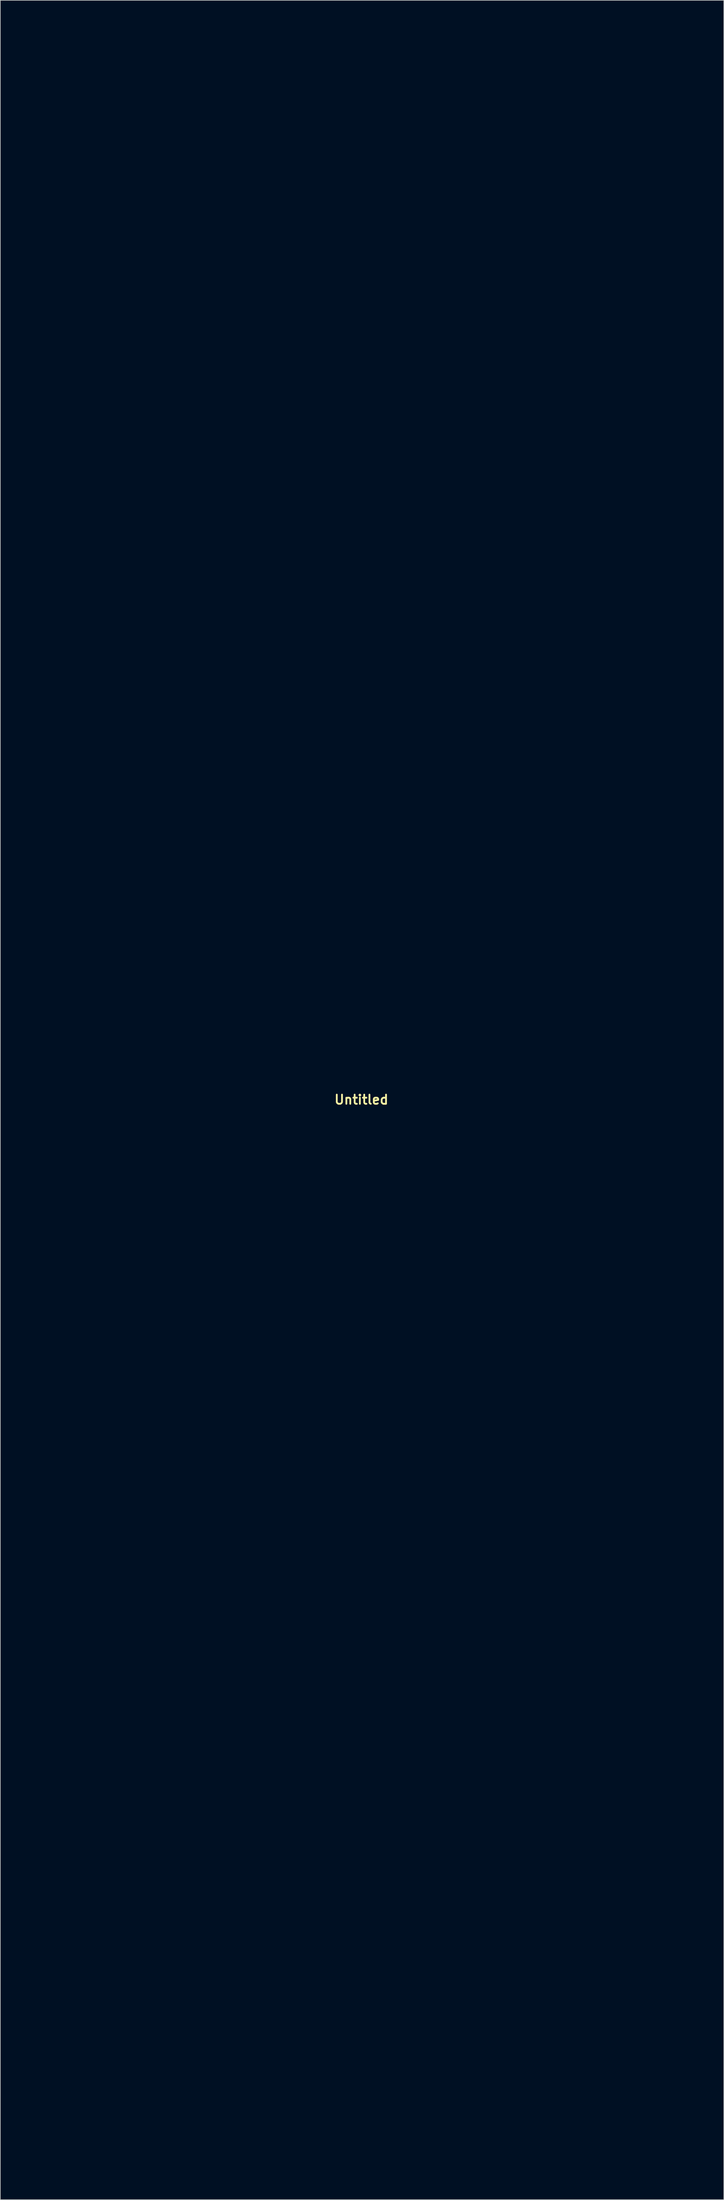
<source format=kicad_pcb>
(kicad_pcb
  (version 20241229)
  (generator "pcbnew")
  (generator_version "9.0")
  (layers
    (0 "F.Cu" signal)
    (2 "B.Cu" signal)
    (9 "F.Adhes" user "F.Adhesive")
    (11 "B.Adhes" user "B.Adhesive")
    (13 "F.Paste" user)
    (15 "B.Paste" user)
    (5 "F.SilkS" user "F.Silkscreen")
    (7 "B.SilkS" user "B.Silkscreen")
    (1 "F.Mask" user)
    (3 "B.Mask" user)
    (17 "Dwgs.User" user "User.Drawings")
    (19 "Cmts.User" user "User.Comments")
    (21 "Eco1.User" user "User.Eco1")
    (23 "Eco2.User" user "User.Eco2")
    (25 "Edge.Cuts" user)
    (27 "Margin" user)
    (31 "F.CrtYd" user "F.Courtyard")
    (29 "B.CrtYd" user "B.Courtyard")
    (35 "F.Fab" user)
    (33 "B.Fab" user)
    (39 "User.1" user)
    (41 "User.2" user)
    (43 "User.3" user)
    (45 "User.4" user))
  (footprint "Untitled"
    (layer "F.Cu")
    (at 57.124 179.819)
    (property "Reference" "Untitled" (at 0 0 0) (layer "F.SilkS") (effects (font (size 1.524 1.524) (thickness 0.3))))
    (attr through_hole)
    (fp_poly (pts (xy 39.571 -113.498) (xy 39.437 -113.364) (xy 39.303 -113.498) (xy 39.437 -113.632) (xy 39.571 -113.498)) (stroke (width 0.01) (type solid)) (fill no) (layer "Eco2.User"))
    (fp_poly (pts (xy -33.51 -130.921) (xy -33.547 -130.762) (xy -33.688 -130.743) (xy -33.908 -130.841) (xy -33.867 -130.921) (xy -33.549 -130.953) (xy -33.51 -130.921)) (stroke (width 0.01) (type solid)) (fill no) (layer "Eco2.User"))
    (fp_poly (pts (xy -31.104 -79.587) (xy -31.141 -79.428) (xy -31.282 -79.408) (xy -31.502 -79.506) (xy -31.46 -79.587) (xy -31.143 -79.619) (xy -31.104 -79.587)) (stroke (width 0.01) (type solid)) (fill no) (layer "Eco2.User"))
    (fp_poly (pts (xy -24.42 -153.648) (xy -24.456 -153.489) (xy -24.598 -153.469) (xy -24.818 -153.567) (xy -24.776 -153.648) (xy -24.459 -153.68) (xy -24.42 -153.648)) (stroke (width 0.01) (type solid)) (fill no) (layer "Eco2.User"))
    (fp_poly (pts (xy -17.201 -107.393) (xy -17.169 -107.076) (xy -17.201 -107.036) (xy -17.36 -107.073) (xy -17.379 -107.215) (xy -17.281 -107.435) (xy -17.201 -107.393)) (stroke (width 0.01) (type solid)) (fill no) (layer "Eco2.User"))
    (fp_poly (pts (xy -14.26 174.146) (xy -14.228 174.463) (xy -14.26 174.502) (xy -14.419 174.466) (xy -14.438 174.324) (xy -14.34 174.104) (xy -14.26 174.146)) (stroke (width 0.01) (type solid)) (fill no) (layer "Eco2.User"))
    (fp_poly (pts (xy -12.923 -126.376) (xy -12.96 -126.217) (xy -13.101 -126.198) (xy -13.321 -126.296) (xy -13.279 -126.376) (xy -12.962 -126.408) (xy -12.923 -126.376)) (stroke (width 0.01) (type solid)) (fill no) (layer "Eco2.User"))
    (fp_poly (pts (xy -11.319 -105.254) (xy -11.355 -105.095) (xy -11.497 -105.076) (xy -11.717 -105.174) (xy -11.675 -105.254) (xy -11.358 -105.286) (xy -11.319 -105.254)) (stroke (width 0.01) (type solid)) (fill no) (layer "Eco2.User"))
    (fp_poly (pts (xy -9.982 -158.193) (xy -10.018 -158.034) (xy -10.16 -158.015) (xy -10.38 -158.113) (xy -10.338 -158.193) (xy -10.021 -158.225) (xy -9.982 -158.193)) (stroke (width 0.01) (type solid)) (fill no) (layer "Eco2.User"))
    (fp_poly (pts (xy -8.378 -162.738) (xy -8.414 -162.579) (xy -8.556 -162.56) (xy -8.776 -162.658) (xy -8.734 -162.738) (xy -8.417 -162.77) (xy -8.378 -162.738)) (stroke (width 0.01) (type solid)) (fill no) (layer "Eco2.User"))
    (fp_poly (pts (xy -8.378 -161.936) (xy -8.414 -161.777) (xy -8.556 -161.758) (xy -8.776 -161.856) (xy -8.734 -161.936) (xy -8.417 -161.968) (xy -8.378 -161.936)) (stroke (width 0.01) (type solid)) (fill no) (layer "Eco2.User"))
    (fp_poly (pts (xy -5.169 -145.359) (xy -5.206 -145.2) (xy -5.347 -145.181) (xy -5.567 -145.279) (xy -5.526 -145.359) (xy -5.208 -145.391) (xy -5.169 -145.359)) (stroke (width 0.01) (type solid)) (fill no) (layer "Eco2.User"))
    (fp_poly (pts (xy 26.38 -130.921) (xy 26.344 -130.762) (xy 26.202 -130.743) (xy 25.982 -130.841) (xy 26.024 -130.921) (xy 26.341 -130.953) (xy 26.38 -130.921)) (stroke (width 0.01) (type solid)) (fill no) (layer "Eco2.User"))
    (fp_poly (pts (xy 41.62 -148.3) (xy 41.584 -148.141) (xy 41.442 -148.122) (xy 41.222 -148.22) (xy 41.264 -148.3) (xy 41.581 -148.332) (xy 41.62 -148.3)) (stroke (width 0.01) (type solid)) (fill no) (layer "Eco2.User"))
    (fp_poly (pts (xy 41.62 -131.724) (xy 41.584 -131.565) (xy 41.442 -131.545) (xy 41.222 -131.643) (xy 41.264 -131.724) (xy 41.581 -131.756) (xy 41.62 -131.724)) (stroke (width 0.01) (type solid)) (fill no) (layer "Eco2.User"))
    (fp_poly (pts (xy -35.007 -113.754) (xy -34.77 -113.496) (xy -35.04 -113.369) (xy -35.175 -113.364) (xy -35.45 -113.496) (xy -35.424 -113.636) (xy -35.103 -113.79) (xy -35.007 -113.754)) (stroke (width 0.01) (type solid)) (fill no) (layer "Eco2.User"))
    (fp_poly (pts (xy -26.718 -113.754) (xy -26.481 -113.496) (xy -26.751 -113.369) (xy -26.886 -113.364) (xy -27.162 -113.496) (xy -27.135 -113.636) (xy -26.815 -113.79) (xy -26.718 -113.754)) (stroke (width 0.01) (type solid)) (fill no) (layer "Eco2.User"))
    (fp_poly (pts (xy -22.708 -120.705) (xy -22.471 -120.447) (xy -22.741 -120.321) (xy -22.876 -120.316) (xy -23.151 -120.447) (xy -23.125 -120.588) (xy -22.804 -120.742) (xy -22.708 -120.705)) (stroke (width 0.01) (type solid)) (fill no) (layer "Eco2.User"))
    (fp_poly (pts (xy -13.617 -107.872) (xy -13.38 -107.614) (xy -13.65 -107.487) (xy -13.785 -107.482) (xy -14.061 -107.614) (xy -14.034 -107.754) (xy -13.714 -107.908) (xy -13.617 -107.872)) (stroke (width 0.01) (type solid)) (fill no) (layer "Eco2.User"))
    (fp_poly (pts (xy -0.912 -144.578) (xy -0.984 -144.335) (xy -1.197 -144.117) (xy -1.533 -143.945) (xy -1.604 -144.063) (xy -1.437 -144.413) (xy -1.105 -144.619) (xy -0.912 -144.578)) (stroke (width 0.01) (type solid)) (fill no) (layer "Eco2.User"))
    (fp_poly (pts (xy 15.793 -112.417) (xy 16.03 -112.159) (xy 15.76 -112.033) (xy 15.625 -112.027) (xy 15.35 -112.159) (xy 15.376 -112.299) (xy 15.697 -112.453) (xy 15.793 -112.417)) (stroke (width 0.01) (type solid)) (fill no) (layer "Eco2.User"))
    (fp_poly (pts (xy 29.964 -122.844) (xy 30.201 -122.586) (xy 29.931 -122.46) (xy 29.796 -122.455) (xy 29.52 -122.586) (xy 29.547 -122.726) (xy 29.867 -122.881) (xy 29.964 -122.844)) (stroke (width 0.01) (type solid)) (fill no) (layer "Eco2.User"))
    (fp_poly (pts (xy -41.453 -133.757) (xy -41.442 -133.684) (xy -41.533 -133.424) (xy -41.56 -133.417) (xy -41.788 -133.604) (xy -41.843 -133.684) (xy -41.822 -133.931) (xy -41.725 -133.952) (xy -41.453 -133.757)) (stroke (width 0.01) (type solid)) (fill no) (layer "Eco2.User"))
    (fp_poly (pts (xy -40.643 -119.842) (xy -40.64 -119.781) (xy -40.846 -119.524) (xy -40.923 -119.514) (xy -41.083 -119.677) (xy -41.041 -119.781) (xy -40.801 -120.036) (xy -40.758 -120.048) (xy -40.643 -119.842)) (stroke (width 0.01) (type solid)) (fill no) (layer "Eco2.User"))
    (fp_poly (pts (xy -39.311 -107.813) (xy -39.303 -107.749) (xy -39.507 -107.49) (xy -39.571 -107.482) (xy -39.83 -107.686) (xy -39.838 -107.749) (xy -39.634 -108.009) (xy -39.571 -108.017) (xy -39.311 -107.813)) (stroke (width 0.01) (type solid)) (fill no) (layer "Eco2.User"))
    (fp_poly (pts (xy -35.568 -134.283) (xy -35.56 -134.219) (xy -35.763 -133.959) (xy -35.827 -133.952) (xy -36.087 -134.155) (xy -36.095 -134.219) (xy -35.891 -134.479) (xy -35.827 -134.486) (xy -35.568 -134.283)) (stroke (width 0.01) (type solid)) (fill no) (layer "Eco2.User"))
    (fp_poly (pts (xy -34.873 -110.216) (xy -34.752 -110.153) (xy -34.289 -109.835) (xy -34.321 -109.654) (xy -34.596 -109.621) (xy -35.007 -109.837) (xy -35.124 -110.028) (xy -35.162 -110.294) (xy -34.873 -110.216)) (stroke (width 0.01) (type solid)) (fill no) (layer "Eco2.User"))
    (fp_poly (pts (xy -34.766 -134.283) (xy -34.758 -134.219) (xy -34.961 -133.959) (xy -35.025 -133.952) (xy -35.285 -134.155) (xy -35.293 -134.219) (xy -35.089 -134.479) (xy -35.025 -134.486) (xy -34.766 -134.283)) (stroke (width 0.01) (type solid)) (fill no) (layer "Eco2.User"))
    (fp_poly (pts (xy -34.761 -133.477) (xy -34.758 -133.417) (xy -34.963 -133.16) (xy -35.041 -133.149) (xy -35.201 -133.313) (xy -35.159 -133.417) (xy -34.919 -133.672) (xy -34.876 -133.684) (xy -34.761 -133.477)) (stroke (width 0.01) (type solid)) (fill no) (layer "Eco2.User"))
    (fp_poly (pts (xy -33.7 -107.864) (xy -33.635 -107.803) (xy -33.452 -107.439) (xy -33.635 -107.161) (xy -33.874 -107.03) (xy -33.954 -107.353) (xy -33.956 -107.482) (xy -33.902 -107.907) (xy -33.7 -107.864)) (stroke (width 0.01) (type solid)) (fill no) (layer "Eco2.User"))
    (fp_poly (pts (xy -33.513 -165.605) (xy -33.555 -165.501) (xy -33.795 -165.246) (xy -33.838 -165.234) (xy -33.953 -165.441) (xy -33.956 -165.501) (xy -33.75 -165.758) (xy -33.673 -165.768) (xy -33.513 -165.605)) (stroke (width 0.01) (type solid)) (fill no) (layer "Eco2.User"))
    (fp_poly (pts (xy -32.865 -107.95) (xy -32.747 -107.304) (xy -32.865 -107.014) (xy -33.045 -106.794) (xy -33.123 -107.001) (xy -33.137 -107.482) (xy -33.112 -108.055) (xy -33.012 -108.155) (xy -32.865 -107.95)) (stroke (width 0.01) (type solid)) (fill no) (layer "Eco2.User"))
    (fp_poly (pts (xy -32.395 -133.28) (xy -32.393 -133.002) (xy -32.649 -132.533) (xy -32.845 -132.406) (xy -33.111 -132.485) (xy -33.112 -132.762) (xy -32.856 -133.231) (xy -32.66 -133.359) (xy -32.395 -133.28)) (stroke (width 0.01) (type solid)) (fill no) (layer "Eco2.User"))
    (fp_poly (pts (xy -25.675 -113.161) (xy -25.667 -113.097) (xy -25.871 -112.837) (xy -25.935 -112.829) (xy -26.194 -113.033) (xy -26.202 -113.097) (xy -25.999 -113.356) (xy -25.935 -113.364) (xy -25.675 -113.161)) (stroke (width 0.01) (type solid)) (fill no) (layer "Eco2.User"))
    (fp_poly (pts (xy -23.796 -120.717) (xy -23.541 -120.477) (xy -23.528 -120.434) (xy -23.735 -120.319) (xy -23.796 -120.316) (xy -24.053 -120.521) (xy -24.063 -120.599) (xy -23.899 -120.759) (xy -23.796 -120.717)) (stroke (width 0.01) (type solid)) (fill no) (layer "Eco2.User"))
    (fp_poly (pts (xy -23.536 -153.266) (xy -23.528 -153.202) (xy -23.732 -152.943) (xy -23.796 -152.935) (xy -24.055 -153.138) (xy -24.063 -153.202) (xy -23.86 -153.462) (xy -23.796 -153.469) (xy -23.536 -153.266)) (stroke (width 0.01) (type solid)) (fill no) (layer "Eco2.User"))
    (fp_poly (pts (xy -22.734 -156.207) (xy -22.726 -156.143) (xy -22.93 -155.884) (xy -22.994 -155.876) (xy -23.253 -156.079) (xy -23.261 -156.143) (xy -23.058 -156.403) (xy -22.994 -156.411) (xy -22.734 -156.207)) (stroke (width 0.01) (type solid)) (fill no) (layer "Eco2.User"))
    (fp_poly (pts (xy -21.738 -157.917) (xy -21.752 -157.635) (xy -21.932 -157.47) (xy -22.436 -157.232) (xy -22.63 -157.295) (xy -22.43 -157.622) (xy -22.389 -157.665) (xy -21.973 -157.939) (xy -21.738 -157.917)) (stroke (width 0.01) (type solid)) (fill no) (layer "Eco2.User"))
    (fp_poly (pts (xy -20.328 -125.994) (xy -20.32 -125.931) (xy -20.523 -125.671) (xy -20.587 -125.663) (xy -20.847 -125.867) (xy -20.855 -125.931) (xy -20.651 -126.19) (xy -20.587 -126.198) (xy -20.328 -125.994)) (stroke (width 0.01) (type solid)) (fill no) (layer "Eco2.User"))
    (fp_poly (pts (xy -20.095 -153.431) (xy -20.215 -153.09) (xy -20.491 -152.719) (xy -20.763 -152.737) (xy -20.855 -153.04) (xy -20.639 -153.453) (xy -20.454 -153.566) (xy -20.117 -153.65) (xy -20.095 -153.431)) (stroke (width 0.01) (type solid)) (fill no) (layer "Eco2.User"))
    (fp_poly (pts (xy -19.529 -124.667) (xy -19.518 -124.594) (xy -19.609 -124.333) (xy -19.636 -124.326) (xy -19.864 -124.514) (xy -19.919 -124.594) (xy -19.898 -124.84) (xy -19.801 -124.861) (xy -19.529 -124.667)) (stroke (width 0.01) (type solid)) (fill no) (layer "Eco2.User"))
    (fp_poly (pts (xy -14.901 -108.192) (xy -14.892 -108.104) (xy -15.31 -108.069) (xy -15.374 -108.069) (xy -15.788 -108.108) (xy -15.749 -108.189) (xy -15.703 -108.202) (xy -15.12 -108.241) (xy -14.901 -108.192)) (stroke (width 0.01) (type solid)) (fill no) (layer "Eco2.User"))
    (fp_poly (pts (xy -14.658 -118.542) (xy -14.572 -118.444) (xy -14.667 -118.247) (xy -15.106 -118.177) (xy -15.571 -118.26) (xy -15.641 -118.444) (xy -15.253 -118.693) (xy -15.106 -118.712) (xy -14.658 -118.542)) (stroke (width 0.01) (type solid)) (fill no) (layer "Eco2.User"))
    (fp_poly (pts (xy -14.174 -128.13) (xy -14.171 -128.069) (xy -14.376 -127.812) (xy -14.454 -127.802) (xy -14.613 -127.966) (xy -14.572 -128.069) (xy -14.331 -128.325) (xy -14.288 -128.337) (xy -14.174 -128.13)) (stroke (width 0.01) (type solid)) (fill no) (layer "Eco2.User"))
    (fp_poly (pts (xy -13.862 -128.955) (xy -13.636 -128.738) (xy -13.412 -128.345) (xy -13.426 -128.19) (xy -13.677 -128.254) (xy -13.903 -128.471) (xy -14.127 -128.864) (xy -14.113 -129.018) (xy -13.862 -128.955)) (stroke (width 0.01) (type solid)) (fill no) (layer "Eco2.User"))
    (fp_poly (pts (xy -12.841 168.111) (xy -12.834 168.175) (xy -13.037 168.434) (xy -13.101 168.442) (xy -13.361 168.239) (xy -13.368 168.175) (xy -13.165 167.915) (xy -13.101 167.907) (xy -12.841 168.111)) (stroke (width 0.01) (type solid)) (fill no) (layer "Eco2.User"))
    (fp_poly (pts (xy -12.039 -107.011) (xy -12.032 -106.947) (xy -12.235 -106.688) (xy -12.299 -106.68) (xy -12.559 -106.883) (xy -12.566 -106.947) (xy -12.363 -107.207) (xy -12.299 -107.215) (xy -12.039 -107.011)) (stroke (width 0.01) (type solid)) (fill no) (layer "Eco2.User"))
    (fp_poly (pts (xy -12.039 -104.07) (xy -12.032 -104.006) (xy -12.235 -103.747) (xy -12.299 -103.739) (xy -12.559 -103.942) (xy -12.566 -104.006) (xy -12.363 -104.266) (xy -12.299 -104.274) (xy -12.039 -104.07)) (stroke (width 0.01) (type solid)) (fill no) (layer "Eco2.User"))
    (fp_poly (pts (xy -11.728 159.979) (xy -11.583 160.502) (xy -11.737 160.768) (xy -11.947 160.839) (xy -12.022 160.447) (xy -12.023 160.274) (xy -11.994 159.767) (xy -11.885 159.738) (xy -11.728 159.979)) (stroke (width 0.01) (type solid)) (fill no) (layer "Eco2.User"))
    (fp_poly (pts (xy -11.497 -127.668) (xy -11.24 -127.327) (xy -11.229 -127.252) (xy -11.433 -127.007) (xy -11.497 -127) (xy -11.731 -127.218) (xy -11.764 -127.417) (xy -11.635 -127.694) (xy -11.497 -127.668)) (stroke (width 0.01) (type solid)) (fill no) (layer "Eco2.User"))
    (fp_poly (pts (xy -10.438 154.466) (xy -10.427 154.539) (xy -10.519 154.799) (xy -10.545 154.806) (xy -10.774 154.619) (xy -10.828 154.539) (xy -10.807 154.293) (xy -10.711 154.272) (xy -10.438 154.466)) (stroke (width 0.01) (type solid)) (fill no) (layer "Eco2.User"))
    (fp_poly (pts (xy -6.157 -162.357) (xy -6.149 -162.293) (xy -6.353 -162.033) (xy -6.417 -162.025) (xy -6.676 -162.229) (xy -6.684 -162.293) (xy -6.481 -162.552) (xy -6.417 -162.56) (xy -6.157 -162.357)) (stroke (width 0.01) (type solid)) (fill no) (layer "Eco2.User"))
    (fp_poly (pts (xy -4.946 -146.615) (xy -4.593 -146.352) (xy -4.545 -146.222) (xy -4.724 -145.996) (xy -5.088 -146.092) (xy -5.169 -146.161) (xy -5.347 -146.517) (xy -5.129 -146.658) (xy -4.946 -146.615)) (stroke (width 0.01) (type solid)) (fill no) (layer "Eco2.User"))
    (fp_poly (pts (xy -3.476 175.795) (xy -3.221 176.035) (xy -3.208 176.078) (xy -3.415 176.193) (xy -3.476 176.196) (xy -3.733 175.99) (xy -3.743 175.913) (xy -3.579 175.753) (xy -3.476 175.795)) (stroke (width 0.01) (type solid)) (fill no) (layer "Eco2.User"))
    (fp_poly (pts (xy -3.422 -145.769) (xy -3.291 -145.53) (xy -3.614 -145.45) (xy -3.743 -145.448) (xy -4.168 -145.502) (xy -4.125 -145.704) (xy -4.064 -145.769) (xy -3.7 -145.952) (xy -3.422 -145.769)) (stroke (width 0.01) (type solid)) (fill no) (layer "Eco2.User"))
    (fp_poly (pts (xy -3.3 -165.605) (xy -3.342 -165.501) (xy -3.582 -165.246) (xy -3.625 -165.234) (xy -3.74 -165.441) (xy -3.743 -165.501) (xy -3.538 -165.758) (xy -3.46 -165.768) (xy -3.3 -165.605)) (stroke (width 0.01) (type solid)) (fill no) (layer "Eco2.User"))
    (fp_poly (pts (xy -2.949 -86.97) (xy -2.941 -86.911) (xy -3.135 -86.548) (xy -3.208 -86.494) (xy -3.437 -86.554) (xy -3.476 -86.745) (xy -3.336 -87.111) (xy -3.208 -87.162) (xy -2.949 -86.97)) (stroke (width 0.01) (type solid)) (fill no) (layer "Eco2.User"))
    (fp_poly (pts (xy -1.818 -134.272) (xy -1.686 -134.033) (xy -2.01 -133.954) (xy -2.139 -133.952) (xy -2.564 -134.005) (xy -2.521 -134.207) (xy -2.46 -134.272) (xy -2.096 -134.456) (xy -1.818 -134.272)) (stroke (width 0.01) (type solid)) (fill no) (layer "Eco2.User"))
    (fp_poly (pts (xy -0.81 -135.085) (xy -0.802 -135.021) (xy -1.006 -134.761) (xy -1.069 -134.754) (xy -1.329 -134.957) (xy -1.337 -135.021) (xy -1.133 -135.281) (xy -1.069 -135.288) (xy -0.81 -135.085)) (stroke (width 0.01) (type solid)) (fill no) (layer "Eco2.User"))
    (fp_poly (pts (xy 3.735 -166.1) (xy 3.743 -166.036) (xy 3.54 -165.776) (xy 3.476 -165.768) (xy 3.216 -165.972) (xy 3.208 -166.036) (xy 3.412 -166.295) (xy 3.476 -166.303) (xy 3.735 -166.1)) (stroke (width 0.01) (type solid)) (fill no) (layer "Eco2.User"))
    (fp_poly (pts (xy 4.331 -165.287) (xy 4.463 -165.048) (xy 4.139 -164.968) (xy 4.011 -164.966) (xy 3.586 -165.02) (xy 3.628 -165.222) (xy 3.69 -165.287) (xy 4.054 -165.47) (xy 4.331 -165.287)) (stroke (width 0.01) (type solid)) (fill no) (layer "Eco2.User"))
    (fp_poly (pts (xy 6.29 -124.777) (xy 6.385 -124.381) (xy 6.37 -124.32) (xy 6.174 -124.192) (xy 5.901 -124.437) (xy 5.682 -124.857) (xy 5.715 -125.05) (xy 6.007 -125.067) (xy 6.29 -124.777)) (stroke (width 0.01) (type solid)) (fill no) (layer "Eco2.User"))
    (fp_poly (pts (xy 6.925 -101.898) (xy 7.09 -101.584) (xy 7.179 -101.038) (xy 7.039 -100.894) (xy 6.751 -101.211) (xy 6.705 -101.294) (xy 6.564 -101.797) (xy 6.664 -101.989) (xy 6.925 -101.898)) (stroke (width 0.01) (type solid)) (fill no) (layer "Eco2.User"))
    (fp_poly (pts (xy 7.219 -107.081) (xy 7.474 -106.841) (xy 7.486 -106.798) (xy 7.279 -106.683) (xy 7.219 -106.68) (xy 6.962 -106.886) (xy 6.952 -106.963) (xy 7.115 -107.123) (xy 7.219 -107.081)) (stroke (width 0.01) (type solid)) (fill no) (layer "Eco2.User"))
    (fp_poly (pts (xy 7.774 -128.793) (xy 7.231 -128.231) (xy 6.981 -128.095) (xy 7.008 -128.374) (xy 7.011 -128.381) (xy 7.297 -128.742) (xy 7.768 -129.104) (xy 8.422 -129.516) (xy 7.774 -128.793)) (stroke (width 0.01) (type solid)) (fill no) (layer "Eco2.User"))
    (fp_poly (pts (xy 10.213 -107.001) (xy 10.345 -106.761) (xy 10.021 -106.682) (xy 9.893 -106.68) (xy 9.468 -106.734) (xy 9.51 -106.936) (xy 9.572 -107.001) (xy 9.936 -107.184) (xy 10.213 -107.001)) (stroke (width 0.01) (type solid)) (fill no) (layer "Eco2.User"))
    (fp_poly (pts (xy 11.138 -106.516) (xy 11.096 -106.413) (xy 10.856 -106.158) (xy 10.813 -106.145) (xy 10.698 -106.352) (xy 10.695 -106.413) (xy 10.9 -106.67) (xy 10.978 -106.68) (xy 11.138 -106.516)) (stroke (width 0.01) (type solid)) (fill no) (layer "Eco2.User"))
    (fp_poly (pts (xy 11.494 -94.976) (xy 11.497 -94.916) (xy 11.291 -94.659) (xy 11.214 -94.648) (xy 11.054 -94.812) (xy 11.096 -94.916) (xy 11.336 -95.171) (xy 11.379 -95.183) (xy 11.494 -94.976)) (stroke (width 0.01) (type solid)) (fill no) (layer "Eco2.User"))
    (fp_poly (pts (xy 16.363 -111.546) (xy 16.495 -111.307) (xy 16.171 -111.227) (xy 16.042 -111.225) (xy 15.617 -111.279) (xy 15.66 -111.481) (xy 15.721 -111.546) (xy 16.085 -111.729) (xy 16.363 -111.546)) (stroke (width 0.01) (type solid)) (fill no) (layer "Eco2.User"))
    (fp_poly (pts (xy 18.17 -111.833) (xy 18.181 -111.76) (xy 18.09 -111.5) (xy 18.063 -111.493) (xy 17.835 -111.68) (xy 17.78 -111.76) (xy 17.801 -112.006) (xy 17.898 -112.027) (xy 18.17 -111.833)) (stroke (width 0.01) (type solid)) (fill no) (layer "Eco2.User"))
    (fp_poly (pts (xy 20.584 -113.157) (xy 20.587 -113.097) (xy 20.382 -112.84) (xy 20.304 -112.829) (xy 20.145 -112.993) (xy 20.186 -113.097) (xy 20.427 -113.352) (xy 20.469 -113.364) (xy 20.584 -113.157)) (stroke (width 0.01) (type solid)) (fill no) (layer "Eco2.User"))
    (fp_poly (pts (xy 20.934 -112.322) (xy 21.006 -112.112) (xy 20.613 -112.037) (xy 20.44 -112.035) (xy 19.933 -112.065) (xy 19.905 -112.174) (xy 20.145 -112.331) (xy 20.669 -112.476) (xy 20.934 -112.322)) (stroke (width 0.01) (type solid)) (fill no) (layer "Eco2.User"))
    (fp_poly (pts (xy 22.798 -112.737) (xy 22.807 -112.65) (xy 22.389 -112.614) (xy 22.325 -112.614) (xy 21.911 -112.653) (xy 21.95 -112.734) (xy 21.996 -112.747) (xy 22.579 -112.787) (xy 22.798 -112.737)) (stroke (width 0.01) (type solid)) (fill no) (layer "Eco2.User"))
    (fp_poly (pts (xy 23.796 -165.367) (xy 24.051 -165.127) (xy 24.063 -165.084) (xy 23.856 -164.969) (xy 23.796 -164.966) (xy 23.539 -165.172) (xy 23.528 -165.249) (xy 23.692 -165.409) (xy 23.796 -165.367)) (stroke (width 0.01) (type solid)) (fill no) (layer "Eco2.User"))
    (fp_poly (pts (xy 26.19 -153.317) (xy 26.256 -153.256) (xy 26.439 -152.892) (xy 26.256 -152.614) (xy 26.016 -152.482) (xy 25.937 -152.806) (xy 25.935 -152.935) (xy 25.989 -153.36) (xy 26.19 -153.317)) (stroke (width 0.01) (type solid)) (fill no) (layer "Eco2.User"))
    (fp_poly (pts (xy 26.871 147.491) (xy 27.224 147.753) (xy 27.272 147.883) (xy 27.092 148.109) (xy 26.729 148.013) (xy 26.648 147.944) (xy 26.469 147.588) (xy 26.688 147.447) (xy 26.871 147.491)) (stroke (width 0.01) (type solid)) (fill no) (layer "Eco2.User"))
    (fp_poly (pts (xy 27.264 -153.545) (xy 27.272 -153.485) (xy 27.077 -153.123) (xy 27.004 -153.068) (xy 26.775 -153.129) (xy 26.737 -153.32) (xy 26.876 -153.686) (xy 27.004 -153.737) (xy 27.264 -153.545)) (stroke (width 0.01) (type solid)) (fill no) (layer "Eco2.User"))
    (fp_poly (pts (xy 27.321 -127.86) (xy 27.525 -127.52) (xy 27.499 -127.406) (xy 27.219 -127.414) (xy 27.182 -127.446) (xy 27.006 -127.857) (xy 27.004 -127.9) (xy 27.14 -128) (xy 27.321 -127.86)) (stroke (width 0.01) (type solid)) (fill no) (layer "Eco2.User"))
    (fp_poly (pts (xy 28.388 -122.285) (xy 28.475 -122.187) (xy 28.379 -121.99) (xy 27.94 -121.92) (xy 27.475 -122.003) (xy 27.405 -122.187) (xy 27.793 -122.436) (xy 27.94 -122.455) (xy 28.388 -122.285)) (stroke (width 0.01) (type solid)) (fill no) (layer "Eco2.User"))
    (fp_poly (pts (xy 31.336 -123.043) (xy 31.467 -122.804) (xy 31.143 -122.724) (xy 31.015 -122.722) (xy 30.59 -122.776) (xy 30.632 -122.978) (xy 30.694 -123.043) (xy 31.058 -123.226) (xy 31.336 -123.043)) (stroke (width 0.01) (type solid)) (fill no) (layer "Eco2.User"))
    (fp_poly (pts (xy 32.911 -123.504) (xy 33.049 -123.331) (xy 32.702 -123.264) (xy 32.552 -123.261) (xy 32.018 -123.291) (xy 31.817 -123.362) (xy 32.032 -123.565) (xy 32.495 -123.619) (xy 32.911 -123.504)) (stroke (width 0.01) (type solid)) (fill no) (layer "Eco2.User"))
    (fp_poly (pts (xy 39.295 -147.117) (xy 39.303 -147.053) (xy 39.1 -146.793) (xy 39.036 -146.785) (xy 38.776 -146.989) (xy 38.768 -147.053) (xy 38.972 -147.312) (xy 39.036 -147.32) (xy 39.295 -147.117)) (stroke (width 0.01) (type solid)) (fill no) (layer "Eco2.User"))
    (fp_poly (pts (xy 40.9 -132.144) (xy 40.907 -132.08) (xy 40.704 -131.82) (xy 40.64 -131.813) (xy 40.38 -132.016) (xy 40.373 -132.08) (xy 40.576 -132.34) (xy 40.64 -132.347) (xy 40.9 -132.144)) (stroke (width 0.01) (type solid)) (fill no) (layer "Eco2.User"))
    (fp_poly (pts (xy 41.699 -120.924) (xy 41.709 -120.851) (xy 41.618 -120.59) (xy 41.592 -120.583) (xy 41.363 -120.771) (xy 41.308 -120.851) (xy 41.33 -121.097) (xy 41.426 -121.118) (xy 41.699 -120.924)) (stroke (width 0.01) (type solid)) (fill no) (layer "Eco2.User"))
    (fp_poly (pts (xy 42.832 -148.71) (xy 42.964 -148.471) (xy 42.64 -148.391) (xy 42.512 -148.389) (xy 42.087 -148.443) (xy 42.129 -148.645) (xy 42.191 -148.71) (xy 42.555 -148.893) (xy 42.832 -148.71)) (stroke (width 0.01) (type solid)) (fill no) (layer "Eco2.User"))
    (fp_poly (pts (xy 45.445 -121.449) (xy 45.453 -121.385) (xy 45.249 -121.126) (xy 45.185 -121.118) (xy 44.926 -121.321) (xy 44.918 -121.385) (xy 45.121 -121.645) (xy 45.185 -121.653) (xy 45.445 -121.449)) (stroke (width 0.01) (type solid)) (fill no) (layer "Eco2.User"))
    (fp_poly (pts (xy -42.984 -134.264) (xy -42.893 -134.054) (xy -43.231 -133.972) (xy -43.594 -133.97) (xy -44.179 -133.996) (xy -44.28 -134.075) (xy -43.952 -134.26) (xy -43.907 -134.282) (xy -43.329 -134.439) (xy -42.984 -134.264)) (stroke (width 0.01) (type solid)) (fill no) (layer "Eco2.User"))
    (fp_poly (pts (xy -34.406 -110.939) (xy -34.208 -110.765) (xy -33.822 -110.319) (xy -33.723 -110.035) (xy -33.732 -110.023) (xy -33.993 -110.066) (xy -34.143 -110.216) (xy -34.526 -110.769) (xy -34.615 -111.03) (xy -34.406 -110.939)) (stroke (width 0.01) (type solid)) (fill no) (layer "Eco2.User"))
    (fp_poly (pts (xy -32.968 -135.208) (xy -32.771 -134.966) (xy -32.407 -134.336) (xy -32.435 -134.017) (xy -32.71 -133.952) (xy -33.075 -134.17) (xy -33.368 -134.61) (xy -33.516 -135.203) (xy -33.346 -135.425) (xy -32.968 -135.208)) (stroke (width 0.01) (type solid)) (fill no) (layer "Eco2.User"))
    (fp_poly (pts (xy -28.1 -86.143) (xy -28.074 -85.959) (xy -28.3 -85.633) (xy -28.641 -85.558) (xy -29.027 -85.616) (xy -28.95 -85.866) (xy -28.876 -85.959) (xy -28.49 -86.295) (xy -28.308 -86.36) (xy -28.1 -86.143)) (stroke (width 0.01) (type solid)) (fill no) (layer "Eco2.User"))
    (fp_poly (pts (xy -16.661 -105.273) (xy -16.812 -104.981) (xy -16.844 -104.942) (xy -17.165 -104.61) (xy -17.278 -104.541) (xy -17.368 -104.759) (xy -17.379 -104.942) (xy -17.162 -105.289) (xy -16.945 -105.343) (xy -16.661 -105.273)) (stroke (width 0.01) (type solid)) (fill no) (layer "Eco2.User"))
    (fp_poly (pts (xy -12.142 -128.88) (xy -11.716 -128.56) (xy -11.546 -128.439) (xy -11.643 -128.285) (xy -11.733 -128.222) (xy -12.041 -128.299) (xy -12.329 -128.664) (xy -12.531 -129.08) (xy -12.423 -129.086) (xy -12.142 -128.88)) (stroke (width 0.01) (type solid)) (fill no) (layer "Eco2.User"))
    (fp_poly (pts (xy -11.964 -158.944) (xy -11.195 -158.725) (xy -10.85 -158.51) (xy -10.959 -158.347) (xy -11.548 -158.282) (xy -12.345 -158.405) (xy -12.671 -158.704) (xy -12.698 -158.975) (xy -12.401 -159.02) (xy -11.964 -158.944)) (stroke (width 0.01) (type solid)) (fill no) (layer "Eco2.User"))
    (fp_poly (pts (xy -3.668 -144.952) (xy -3.476 -144.655) (xy -3.669 -144.415) (xy -4.072 -144.417) (xy -4.419 -144.658) (xy -4.423 -144.664) (xy -4.491 -145.028) (xy -4.45 -145.098) (xy -4.092 -145.151) (xy -3.668 -144.952)) (stroke (width 0.01) (type solid)) (fill no) (layer "Eco2.User"))
    (fp_poly (pts (xy 6.577 -106.618) (xy 6.476 -106.353) (xy 6.417 -106.279) (xy 5.966 -105.939) (xy 5.724 -105.878) (xy 5.486 -106.064) (xy 5.518 -106.279) (xy 5.881 -106.61) (xy 6.211 -106.68) (xy 6.577 -106.618)) (stroke (width 0.01) (type solid)) (fill no) (layer "Eco2.User"))
    (fp_poly (pts (xy 12.976 -161.116) (xy 12.811 -160.686) (xy 12.769 -160.622) (xy 12.171 -160.119) (xy 11.6 -159.948) (xy 10.828 -159.876) (xy 11.631 -160.548) (xy 12.316 -161.043) (xy 12.788 -161.234) (xy 12.976 -161.116)) (stroke (width 0.01) (type solid)) (fill no) (layer "Eco2.User"))
    (fp_poly (pts (xy 37.298 -146.129) (xy 36.657 -145.674) (xy 36.13 -145.448) (xy 35.846 -145.499) (xy 35.827 -145.577) (xy 36.045 -145.758) (xy 36.598 -146.072) (xy 36.964 -146.256) (xy 38.1 -146.808) (xy 37.298 -146.129)) (stroke (width 0.01) (type solid)) (fill no) (layer "Eco2.User"))
    (fp_poly (pts (xy -35.714 -125.505) (xy -35.124 -125.161) (xy -34.65 -124.763) (xy -34.491 -124.484) (xy -34.671 -124.333) (xy -35.211 -124.574) (xy -35.827 -124.995) (xy -36.347 -125.413) (xy -36.445 -125.613) (xy -36.214 -125.654) (xy -35.714 -125.505)) (stroke (width 0.01) (type solid)) (fill no) (layer "Eco2.User"))
    (fp_poly (pts (xy 9.906 -130.855) (xy 10.309 -130.618) (xy 10.632 -130.325) (xy 10.515 -130.223) (xy 10.412 -130.217) (xy 9.879 -130.364) (xy 9.476 -130.601) (xy 9.154 -130.894) (xy 9.27 -130.996) (xy 9.374 -131.002) (xy 9.906 -130.855)) (stroke (width 0.01) (type solid)) (fill no) (layer "Eco2.User"))
    (fp_poly (pts (xy 10.953 -104.115) (xy 11.096 -104.006) (xy 11.439 -103.478) (xy 11.497 -103.171) (xy 11.356 -102.728) (xy 11.012 -102.735) (xy 10.873 -102.848) (xy 10.735 -103.228) (xy 10.695 -103.683) (xy 10.744 -104.126) (xy 10.953 -104.115)) (stroke (width 0.01) (type solid)) (fill no) (layer "Eco2.User"))
    (fp_poly (pts (xy 26.871 -121.901) (xy 26.202 -121.519) (xy 25.417 -121.229) (xy 24.732 -121.136) (xy 24.2 -121.156) (xy 24.143 -121.272) (xy 24.448 -121.527) (xy 25.071 -121.796) (xy 25.872 -121.911) (xy 25.919 -121.911) (xy 26.871 -121.901)) (stroke (width 0.01) (type solid)) (fill no) (layer "Eco2.User"))
    (fp_poly (pts (xy -20.471 -127.707) (xy -20.037 -127.387) (xy -19.695 -126.922) (xy -19.521 -126.402) (xy -19.558 -126.02) (xy -19.718 -125.935) (xy -19.985 -126.137) (xy -20.4 -126.634) (xy -20.523 -126.803) (xy -20.856 -127.436) (xy -20.821 -127.759) (xy -20.471 -127.707)) (stroke (width 0.01) (type solid)) (fill no) (layer "Eco2.User"))
    (fp_poly (pts (xy -12.479 -127.836) (xy -12.169 -127.344) (xy -12.039 -126.672) (xy -12.109 -126.063) (xy -12.299 -125.797) (xy -12.504 -125.886) (xy -12.57 -126.249) (xy -12.644 -127.014) (xy -12.75 -127.535) (xy -12.839 -127.987) (xy -12.698 -128.003) (xy -12.479 -127.836)) (stroke (width 0.01) (type solid)) (fill no) (layer "Eco2.User"))
    (fp_poly (pts (xy -2.446 -118.657) (xy -2.206 -118.641) (xy -1.91 -118.6) (xy -2.099 -118.567) (xy -2.724 -118.546) (xy -3.476 -118.541) (xy -4.404 -118.549) (xy -4.935 -118.573) (xy -5.019 -118.608) (xy -4.746 -118.641) (xy -3.625 -118.682) (xy -2.446 -118.657)) (stroke (width 0.01) (type solid)) (fill no) (layer "Eco2.User"))
    (fp_poly (pts (xy -7.159 -165.348) (xy -6.83 -165.21) (xy -6.874 -165.047) (xy -7.337 -164.765) (xy -7.503 -164.676) (xy -8.255 -164.303) (xy -8.656 -164.204) (xy -8.808 -164.368) (xy -8.823 -164.556) (xy -8.591 -165.012) (xy -8.035 -165.324) (xy -7.361 -165.393) (xy -7.159 -165.348)) (stroke (width 0.01) (type solid)) (fill no) (layer "Eco2.User"))
    (fp_poly (pts (xy 27.543 148.526) (xy 27.802 148.837) (xy 28.174 149.436) (xy 28.548 150.121) (xy 28.814 150.695) (xy 28.876 150.919) (xy 28.769 151.11) (xy 28.493 150.891) (xy 28.115 150.335) (xy 27.86 149.853) (xy 27.464 149.009) (xy 27.301 148.562) (xy 27.355 148.439) (xy 27.543 148.526)) (stroke (width 0.01) (type solid)) (fill no) (layer "Eco2.User"))
    (fp_poly (pts (xy 27.151 -133.753) (xy 27.035 -133.257) (xy 26.993 -133.109) (xy 26.822 -132.505) (xy 26.739 -132.188) (xy 26.737 -132.177) (xy 26.529 -132.063) (xy 26.318 -131.977) (xy 26.023 -131.972) (xy 25.968 -132.357) (xy 25.984 -132.519) (xy 26.267 -133.207) (xy 26.658 -133.612) (xy 27.045 -133.842) (xy 27.151 -133.753)) (stroke (width 0.01) (type solid)) (fill no) (layer "Eco2.User"))
    (fp_poly (pts (xy 40.267 -137.235) (xy 40.359 -136.747) (xy 40.099 -136.094) (xy 40.012 -135.967) (xy 39.687 -135.654) (xy 39.448 -135.806) (xy 39.443 -135.813) (xy 39.443 -136.235) (xy 39.603 -136.408) (xy 39.824 -136.657) (xy 39.637 -136.802) (xy 39.318 -137.081) (xy 39.454 -137.344) (xy 39.838 -137.427) (xy 40.267 -137.235)) (stroke (width 0.01) (type solid)) (fill no) (layer "Eco2.User"))
    (fp_poly (pts (xy -39.024 -135.09) (xy -38.256 -134.955) (xy -37.47 -134.786) (xy -36.831 -134.613) (xy -36.509 -134.472) (xy -36.517 -134.298) (xy -36.903 -134.226) (xy -37.519 -134.247) (xy -38.22 -134.352) (xy -38.861 -134.531) (xy -39.103 -134.639) (xy -39.613 -134.94) (xy -39.837 -135.12) (xy -39.838 -135.123) (xy -39.607 -135.156) (xy -39.024 -135.09)) (stroke (width 0.01) (type solid)) (fill no) (layer "Eco2.User"))
    (fp_poly (pts (xy -21.339 -156.341) (xy -21.153 -156.026) (xy -21.122 -155.475) (xy -21.189 -154.856) (xy -21.354 -154.547) (xy -21.389 -154.539) (xy -21.628 -154.755) (xy -21.657 -154.932) (xy -21.834 -155.201) (xy -22.058 -155.17) (xy -22.362 -155.201) (xy -22.459 -155.668) (xy -22.459 -155.714) (xy -22.359 -156.237) (xy -21.957 -156.405) (xy -21.791 -156.411) (xy -21.339 -156.341)) (stroke (width 0.01) (type solid)) (fill no) (layer "Eco2.User"))
    (fp_poly (pts (xy 27.638 -152.415) (xy 28.362 -152.004) (xy 28.833 -151.699) (xy 28.836 -151.432) (xy 28.748 -151.083) (xy 28.436 -150.691) (xy 27.949 -150.519) (xy 27.493 -150.587) (xy 27.273 -150.912) (xy 27.272 -150.947) (xy 27.407 -151.233) (xy 27.873 -151.182) (xy 28.475 -150.997) (xy 27.873 -151.649) (xy 27.386 -152.237) (xy 27.31 -152.492) (xy 27.638 -152.415)) (stroke (width 0.01) (type solid)) (fill no) (layer "Eco2.User"))
    (fp_poly (pts (xy -1.391 -90.804) (xy -1.063 -90.496) (xy -0.879 -90.123) (xy -1.127 -89.784) (xy -1.23 -89.702) (xy -1.946 -89.317) (xy -2.432 -89.396) (xy -2.654 -89.927) (xy -2.665 -90.17) (xy -2.64 -90.735) (xy -2.532 -90.83) (xy -2.265 -90.521) (xy -2.264 -90.52) (xy -1.974 -90.185) (xy -1.878 -90.279) (xy -1.872 -90.453) (xy -1.737 -90.854) (xy -1.391 -90.804)) (stroke (width 0.01) (type solid)) (fill no) (layer "Eco2.User"))
    (fp_poly (pts (xy -1.429 -146.908) (xy -1.428 -146.906) (xy -1.049 -146.622) (xy -0.82 -146.641) (xy -0.578 -146.725) (xy -0.59 -146.478) (xy -0.845 -145.862) (xy -1.185 -145.361) (xy -1.516 -145.185) (xy -1.707 -145.357) (xy -1.678 -145.73) (xy -1.639 -146.1) (xy -1.892 -146.175) (xy -2.305 -146.093) (xy -3.075 -145.908) (xy -2.413 -146.628) (xy -1.957 -147.079) (xy -1.681 -147.157) (xy -1.429 -146.908)) (stroke (width 0.01) (type solid)) (fill no) (layer "Eco2.User"))
    (fp_poly (pts (xy -17.646 -119.937) (xy -15.585 -119.597) (xy -14.004 -119.33) (xy -12.856 -119.128) (xy -12.09 -118.981) (xy -11.66 -118.881) (xy -11.522 -118.826) (xy -11.661 -118.749) (xy -12.208 -118.726) (xy -13.038 -118.75) (xy -14.028 -118.814) (xy -15.052 -118.912) (xy -15.988 -119.037) (xy -16.233 -119.078) (xy -17.162 -119.292) (xy -17.9 -119.541) (xy -18.238 -119.735) (xy -18.382 -119.956) (xy -18.147 -120.003) (xy -17.646 -119.937)) (stroke (width 0.01) (type solid)) (fill no) (layer "Eco2.User"))
    (fp_poly (pts (xy 39.459 -128.234) (xy 39.184 -127.546) (xy 39.123 -127.417) (xy 38.734 -126.87) (xy 38.092 -126.246) (xy 37.293 -125.604) (xy 36.43 -125.005) (xy 35.598 -124.511) (xy 34.891 -124.182) (xy 34.404 -124.079) (xy 34.229 -124.259) (xy 34.449 -124.475) (xy 35.027 -124.869) (xy 35.85 -125.366) (xy 36.094 -125.505) (xy 37.395 -126.35) (xy 38.37 -127.214) (xy 38.668 -127.582) (xy 39.182 -128.259) (xy 39.452 -128.475) (xy 39.459 -128.234)) (stroke (width 0.01) (type solid)) (fill no) (layer "Eco2.User"))
    (fp_poly (pts (xy 41.696 -149.234) (xy 41.13 -148.923) (xy 40.286 -148.493) (xy 39.269 -147.996) (xy 38.187 -147.482) (xy 37.142 -147) (xy 36.242 -146.601) (xy 35.592 -146.335) (xy 35.308 -146.251) (xy 35.035 -146.346) (xy 35.025 -146.38) (xy 35.256 -146.581) (xy 35.875 -146.927) (xy 36.773 -147.369) (xy 37.84 -147.86) (xy 38.967 -148.352) (xy 40.044 -148.797) (xy 40.963 -149.148) (xy 41.612 -149.355) (xy 41.88 -149.377) (xy 41.696 -149.234)) (stroke (width 0.01) (type solid)) (fill no) (layer "Eco2.User"))
    (fp_poly (pts (xy -2.957 -155.676) (xy -2.941 -155.166) (xy -3.098 -154.43) (xy -3.43 -153.912) (xy -3.925 -153.637) (xy -4.55 -153.49) (xy -5.135 -153.479) (xy -5.505 -153.615) (xy -5.542 -153.804) (xy -5.221 -154.031) (xy -4.748 -154.066) (xy -4.206 -154.167) (xy -3.866 -154.494) (xy -3.842 -154.885) (xy -4.03 -155.086) (xy -4.187 -155.321) (xy -4.039 -155.457) (xy -3.77 -155.427) (xy -3.735 -155.29) (xy -3.61 -155.179) (xy -3.334 -155.459) (xy -3.061 -155.777) (xy -2.957 -155.676)) (stroke (width 0.01) (type solid)) (fill no) (layer "Eco2.User"))
    (fp_poly (pts (xy -14.9 -107.118) (xy -13.855 -106.772) (xy -13.36 -106.542) (xy -12.554 -106.081) (xy -12.148 -105.679) (xy -12.032 -105.226) (xy -12.032 -105.205) (xy -12.144 -104.698) (xy -12.584 -104.543) (xy -12.691 -104.541) (xy -13.381 -104.785) (xy -13.683 -105.143) (xy -13.916 -105.669) (xy -13.96 -105.945) (xy -14.166 -106.059) (xy -14.756 -106.131) (xy -15.24 -106.145) (xy -16.042 -106.173) (xy -16.442 -106.293) (xy -16.571 -106.556) (xy -16.577 -106.68) (xy -16.358 -107.076) (xy -15.767 -107.221) (xy -14.9 -107.118)) (stroke (width 0.01) (type solid)) (fill no) (layer "Eco2.User"))
    (fp_poly (pts (xy -11.497 -164.276) (xy -12.54 -163.612) (xy -13.187 -163.094) (xy -13.523 -162.631) (xy -13.633 -162.135) (xy -13.636 -162.03) (xy -13.554 -161.569) (xy -13.232 -161.201) (xy -12.554 -160.811) (xy -12.281 -160.68) (xy -11.335 -160.204) (xy -10.88 -159.882) (xy -10.903 -159.695) (xy -11.392 -159.622) (xy -11.584 -159.619) (xy -12.248 -159.713) (xy -12.844 -160.066) (xy -13.471 -160.689) (xy -14.078 -161.407) (xy -14.363 -161.941) (xy -14.39 -162.478) (xy -14.266 -163.04) (xy -13.876 -163.605) (xy -13.091 -164.152) (xy -12.044 -164.603) (xy -11.229 -164.818) (xy -10.294 -165.002) (xy -11.497 -164.276)) (stroke (width 0.01) (type solid)) (fill no) (layer "Eco2.User"))
    (fp_poly (pts (xy 6.804 -130.038) (xy 6.923 -129.965) (xy 7.12 -129.728) (xy 7.004 -129.351) (xy 6.735 -128.943) (xy 6.388 -128.379) (xy 6.367 -128.023) (xy 6.547 -127.779) (xy 6.776 -127.425) (xy 6.682 -126.997) (xy 6.543 -126.733) (xy 6.277 -126.303) (xy 6.167 -126.324) (xy 6.137 -126.599) (xy 6.077 -126.871) (xy 5.917 -126.696) (xy 5.739 -126.332) (xy 5.371 -125.529) (xy 5.359 -126.905) (xy 5.424 -127.893) (xy 5.641 -128.378) (xy 5.711 -128.419) (xy 6.066 -128.768) (xy 6.227 -129.141) (xy 6.303 -129.54) (xy 6.137 -129.495) (xy 5.909 -129.297) (xy 5.397 -128.917) (xy 5.204 -128.926) (xy 5.387 -129.276) (xy 5.615 -129.54) (xy 6.111 -130.029) (xy 6.445 -130.175) (xy 6.804 -130.038)) (stroke (width 0.01) (type solid)) (fill no) (layer "Eco2.User"))
    (fp_poly (pts (xy 28.816 -133.612) (xy 28.814 -133.316) (xy 28.599 -132.865) (xy 28.454 -132.439) (xy 28.645 -132.394) (xy 29.126 -132.734) (xy 29.189 -132.79) (xy 29.563 -133.035) (xy 29.651 -132.84) (xy 29.451 -132.214) (xy 29.099 -131.438) (xy 28.665 -130.715) (xy 28.216 -130.224) (xy 28.025 -130.118) (xy 27.728 -130.004) (xy 27.694 -129.785) (xy 27.929 -129.313) (xy 28.081 -129.053) (xy 28.377 -128.389) (xy 28.382 -127.994) (xy 28.136 -127.948) (xy 27.708 -128.297) (xy 27.396 -128.925) (xy 27.256 -129.823) (xy 27.27 -130.856) (xy 27.408 -131.813) (xy 28.074 -131.813) (xy 28.172 -131.593) (xy 28.252 -131.634) (xy 28.284 -131.952) (xy 28.252 -131.991) (xy 28.093 -131.954) (xy 28.074 -131.813) (xy 27.408 -131.813) (xy 27.419 -131.893) (xy 27.683 -132.799) (xy 28.044 -133.441) (xy 28.482 -133.684) (xy 28.482 -133.684) (xy 28.816 -133.612)) (stroke (width 0.01) (type solid)) (fill no) (layer "Eco2.User"))
    (fp_poly (pts (xy 24.767 166.008) (xy 24.468 166.215) (xy 23.872 166.508) (xy 22.95 166.898) (xy 21.675 167.396) (xy 20.02 168.011) (xy 17.957 168.756) (xy 15.458 169.639) (xy 12.496 170.673) (xy 10.427 171.389) (xy 7.482 172.407) (xy 5.002 173.264) (xy 2.948 173.972) (xy 1.28 174.546) (xy -0.042 174.996) (xy -1.058 175.338) (xy -1.807 175.582) (xy -2.33 175.743) (xy -2.666 175.833) (xy -2.856 175.866) (xy -2.939 175.853) (xy -2.955 175.807) (xy -2.944 175.743) (xy -2.941 175.708) (xy -2.716 175.464) (xy -2.145 175.141) (xy -1.805 174.992) (xy -0.95 174.661) (xy 0.277 174.208) (xy 1.819 173.651) (xy 3.62 173.011) (xy 5.623 172.307) (xy 7.77 171.558) (xy 10.006 170.783) (xy 12.274 170.003) (xy 14.516 169.236) (xy 16.677 168.502) (xy 18.698 167.82) (xy 20.524 167.211) (xy 22.097 166.693) (xy 23.361 166.285) (xy 24.26 166.008) (xy 24.735 165.881) (xy 24.796 165.877) (xy 24.767 166.008)) (stroke (width 0.01) (type solid)) (fill no) (layer "Eco2.User"))
    (fp_poly (pts (xy 30.845 154.568) (xy 31.215 155.064) (xy 31.723 155.859) (xy 32.318 156.865) (xy 32.952 157.99) (xy 33.574 159.146) (xy 34.135 160.241) (xy 34.586 161.187) (xy 34.876 161.893) (xy 34.96 162.257) (xy 34.89 162.5) (xy 34.69 162.729) (xy 34.291 162.976) (xy 33.625 163.276) (xy 32.622 163.66) (xy 31.214 164.162) (xy 30.353 164.462) (xy 28.896 164.966) (xy 27.625 165.403) (xy 26.621 165.746) (xy 25.966 165.965) (xy 25.741 166.036) (xy 25.67 165.827) (xy 25.667 165.759) (xy 25.916 165.468) (xy 26.667 165.07) (xy 27.926 164.564) (xy 29.697 163.946) (xy 31.313 163.424) (xy 32.521 163.029) (xy 33.517 162.674) (xy 34.205 162.394) (xy 34.487 162.229) (xy 34.489 162.22) (xy 34.368 161.926) (xy 34.034 161.248) (xy 33.529 160.273) (xy 32.899 159.085) (xy 32.504 158.354) (xy 31.832 157.084) (xy 31.275 155.975) (xy 30.876 155.112) (xy 30.673 154.582) (xy 30.662 154.461) (xy 30.845 154.568)) (stroke (width 0.01) (type solid)) (fill no) (layer "Eco2.User"))
    (fp_poly (pts (xy 10.375 -106.038) (xy 10.441 -106.005) (xy 11.021 -105.613) (xy 11.218 -105.292) (xy 11.018 -105.133) (xy 10.568 -105.184) (xy 10.103 -105.242) (xy 10.031 -105.039) (xy 10.062 -104.945) (xy 10.042 -104.654) (xy 9.615 -104.546) (xy 9.405 -104.541) (xy 8.791 -104.636) (xy 8.525 -104.994) (xy 8.493 -105.143) (xy 8.399 -105.381) (xy 8.216 -105.262) (xy 7.899 -104.735) (xy 7.606 -104.161) (xy 7.054 -103.157) (xy 6.623 -102.582) (xy 6.338 -102.452) (xy 6.226 -102.781) (xy 6.278 -103.377) (xy 6.441 -104.407) (xy 5.905 -103.472) (xy 5.37 -102.536) (xy 5.367 -103.605) (xy 5.417 -104.28) (xy 5.646 -104.772) (xy 5.652 -104.777) (xy 6.684 -104.777) (xy 6.843 -104.551) (xy 7.209 -104.676) (xy 7.469 -104.921) (xy 7.626 -105.188) (xy 7.357 -105.188) (xy 7.234 -105.157) (xy 6.793 -104.946) (xy 6.684 -104.777) (xy 5.652 -104.777) (xy 6.168 -105.273) (xy 6.518 -105.544) (xy 7.803 -106.242) (xy 9.09 -106.407) (xy 10.375 -106.038)) (stroke (width 0.01) (type solid)) (fill no) (layer "Eco2.User"))
    (fp_poly (pts (xy 22.655 -120.992) (xy 22.726 -120.851) (xy 22.505 -120.622) (xy 22.258 -120.579) (xy 21.947 -120.534) (xy 22.125 -120.338) (xy 22.192 -120.29) (xy 22.276 -120.142) (xy 21.932 -120.096) (xy 21.114 -120.146) (xy 20.988 -120.158) (xy 20.121 -120.232) (xy 19.705 -120.225) (xy 19.662 -120.118) (xy 19.91 -119.891) (xy 19.919 -119.884) (xy 20.173 -119.654) (xy 20.136 -119.548) (xy 19.73 -119.545) (xy 18.874 -119.628) (xy 18.849 -119.631) (xy 17.968 -119.703) (xy 17.579 -119.669) (xy 17.646 -119.53) (xy 17.734 -119.372) (xy 17.395 -119.282) (xy 16.579 -119.247) (xy 16.443 -119.246) (xy 15.558 -119.215) (xy 15.171 -119.126) (xy 15.24 -118.979) (xy 15.362 -118.814) (xy 15.024 -118.745) (xy 14.572 -118.742) (xy 13.943 -118.769) (xy 13.801 -118.831) (xy 14.1 -118.956) (xy 14.171 -118.979) (xy 14.423 -119.099) (xy 14.234 -119.174) (xy 13.565 -119.213) (xy 13.257 -119.22) (xy 12.446 -119.255) (xy 11.928 -119.32) (xy 11.816 -119.388) (xy 12.108 -119.469) (xy 12.83 -119.615) (xy 13.882 -119.808) (xy 15.165 -120.032) (xy 16.58 -120.271) (xy 18.028 -120.508) (xy 19.41 -120.728) (xy 20.626 -120.912) (xy 21.578 -121.046) (xy 22.166 -121.112) (xy 22.258 -121.117) (xy 22.655 -120.992)) (stroke (width 0.01) (type solid)) (fill no) (layer "Eco2.User"))
    (fp_poly (pts (xy 4.158 -179.759) (xy 4.946 -179.484) (xy 5.93 -179.015) (xy 5.766 -175.4) (xy 5.69 -173.799) (xy 5.604 -172.141) (xy 5.519 -170.626) (xy 5.45 -169.489) (xy 5.298 -167.194) (xy 8.717 -166.716) (xy 10.574 -166.419) (xy 12.073 -166.085) (xy 13.388 -165.669) (xy 14.289 -165.308) (xy 15.797 -164.659) (xy 16.895 -164.207) (xy 17.664 -163.936) (xy 18.188 -163.831) (xy 18.548 -163.877) (xy 18.825 -164.06) (xy 19.101 -164.364) (xy 19.147 -164.419) (xy 19.764 -164.962) (xy 20.414 -165.269) (xy 20.496 -165.284) (xy 20.762 -165.376) (xy 21.081 -165.627) (xy 21.492 -166.087) (xy 22.032 -166.807) (xy 22.742 -167.84) (xy 23.66 -169.235) (xy 24.598 -170.69) (xy 25.626 -172.276) (xy 26.622 -173.781) (xy 27.531 -175.122) (xy 28.295 -176.216) (xy 28.859 -176.981) (xy 29.046 -177.211) (xy 30.082 -178.408) (xy 31.752 -177.566) (xy 32.625 -177.11) (xy 33.124 -176.769) (xy 33.354 -176.421) (xy 33.418 -175.942) (xy 33.421 -175.619) (xy 33.387 -175.221) (xy 33.265 -174.754) (xy 33.024 -174.159) (xy 32.633 -173.374) (xy 32.062 -172.341) (xy 31.28 -170.999) (xy 30.256 -169.287) (xy 29.784 -168.506) (xy 28.66 -166.639) (xy 27.792 -165.168) (xy 27.151 -164.038) (xy 26.709 -163.193) (xy 26.438 -162.577) (xy 26.307 -162.134) (xy 26.29 -161.809) (xy 26.303 -161.724) (xy 26.28 -160.823) (xy 26.028 -160.047) (xy 25.598 -159.146) (xy 26.738 -158.115) (xy 27.492 -157.429) (xy 28.049 -156.982) (xy 28.511 -156.792) (xy 28.979 -156.875) (xy 29.554 -157.25) (xy 30.338 -157.935) (xy 31.411 -158.928) (xy 33.111 -160.467) (xy 34.699 -161.851) (xy 36.102 -163.02) (xy 37.249 -163.912) (xy 37.825 -164.318) (xy 38.267 -164.553) (xy 38.678 -164.557) (xy 39.274 -164.314) (xy 39.524 -164.188) (xy 40.231 -163.753) (xy 40.597 -163.251) (xy 40.779 -162.529) (xy 40.967 -161.414) (xy 36.38 -156.974) (xy 31.792 -152.534) (xy 32.9 -150.796) (xy 33.455 -149.938) (xy 33.911 -149.255) (xy 34.183 -148.874) (xy 34.205 -148.848) (xy 34.497 -148.889) (xy 35.2 -149.124) (xy 36.239 -149.523) (xy 37.539 -150.058) (xy 39.025 -150.699) (xy 39.459 -150.892) (xy 41.441 -151.767) (xy 43.001 -152.432) (xy 44.202 -152.901) (xy 45.107 -153.189) (xy 45.781 -153.31) (xy 46.285 -153.279) (xy 46.683 -153.112) (xy 47.037 -152.823) (xy 47.16 -152.7) (xy 47.749 -151.861) (xy 48.125 -150.886) (xy 48.234 -149.966) (xy 48.097 -149.405) (xy 47.79 -149.147) (xy 47.074 -148.697) (xy 46.021 -148.096) (xy 44.704 -147.384) (xy 43.197 -146.601) (xy 42.433 -146.216) (xy 40.877 -145.437) (xy 39.488 -144.739) (xy 38.337 -144.158) (xy 37.492 -143.728) (xy 37.021 -143.484) (xy 36.948 -143.442) (xy 36.988 -143.173) (xy 37.172 -142.535) (xy 37.46 -141.663) (xy 37.482 -141.6) (xy 38.098 -139.834) (xy 39.148 -139.834) (xy 39.974 -139.725) (xy 40.611 -139.453) (xy 40.67 -139.406) (xy 40.842 -139.287) (xy 41.09 -139.217) (xy 41.473 -139.204) (xy 42.052 -139.257) (xy 42.887 -139.384) (xy 44.039 -139.593) (xy 45.566 -139.892) (xy 47.531 -140.291) (xy 48.532 -140.496) (xy 50.459 -140.885) (xy 52.224 -141.227) (xy 53.756 -141.511) (xy 54.985 -141.723) (xy 55.842 -141.851) (xy 56.255 -141.883) (xy 56.274 -141.879) (xy 56.634 -141.503) (xy 56.963 -140.77) (xy 57.213 -139.856) (xy 57.336 -138.938) (xy 57.283 -138.198) (xy 57.187 -137.892) (xy 57.033 -137.63) (xy 56.769 -137.395) (xy 56.342 -137.167) (xy 55.696 -136.93) (xy 54.78 -136.665) (xy 53.538 -136.355) (xy 51.919 -135.981) (xy 49.866 -135.526) (xy 48.165 -135.155) (xy 46.213 -134.728) (xy 44.737 -134.393) (xy 43.689 -134.129) (xy 43.025 -133.912) (xy 42.696 -133.719) (xy 42.658 -133.529) (xy 42.863 -133.318) (xy 43.265 -133.064) (xy 43.545 -132.903) (xy 43.747 -132.636) (xy 43.802 -132.079) (xy 43.723 -131.117) (xy 43.723 -131.116) (xy 43.537 -129.54) (xy 42.222 -128.955) (xy 40.907 -128.371) (xy 40.907 -126.097) (xy 40.938 -125.02) (xy 41.02 -124.18) (xy 41.14 -123.706) (xy 41.183 -123.653) (xy 41.556 -123.54) (xy 42.324 -123.38) (xy 43.35 -123.201) (xy 43.891 -123.117) (xy 45.243 -122.877) (xy 46.171 -122.616) (xy 46.782 -122.3) (xy 46.957 -122.155) (xy 47.488 -121.319) (xy 47.55 -120.291) (xy 47.142 -119.133) (xy 46.88 -118.694) (xy 46.387 -118.033) (xy 45.978 -117.751) (xy 45.503 -117.748) (xy 45.476 -117.753) (xy 44.43 -117.921) (xy 43.352 -118.038) (xy 42.37 -118.097) (xy 41.613 -118.092) (xy 41.209 -118.017) (xy 41.175 -117.97) (xy 41.239 -117.631) (xy 41.467 -117.306) (xy 41.907 -116.973) (xy 42.612 -116.606) (xy 43.632 -116.185) (xy 45.016 -115.684) (xy 46.817 -115.082) (xy 48.928 -114.403) (xy 50.767 -113.808) (xy 52.454 -113.24) (xy 53.918 -112.725) (xy 55.086 -112.29) (xy 55.884 -111.961) (xy 56.235 -111.77) (xy 56.488 -111.493) (xy 56.587 -111.192) (xy 56.532 -110.72) (xy 56.321 -109.932) (xy 56.222 -109.593) (xy 55.937 -108.677) (xy 55.694 -108.156) (xy 55.398 -107.908) (xy 54.953 -107.81) (xy 54.811 -107.795) (xy 54.231 -107.847) (xy 53.186 -108.06) (xy 51.718 -108.423) (xy 49.868 -108.927) (xy 47.678 -109.561) (xy 47.432 -109.634) (xy 45.435 -110.227) (xy 43.872 -110.681) (xy 42.665 -111.013) (xy 41.737 -111.239) (xy 41.01 -111.374) (xy 40.405 -111.436) (xy 39.846 -111.439) (xy 39.254 -111.4) (xy 38.979 -111.375) (xy 36.996 -111.189) (xy 35.982 -109.14) (xy 35.498 -108.135) (xy 35.239 -107.498) (xy 35.18 -107.123) (xy 35.294 -106.904) (xy 35.411 -106.819) (xy 35.773 -106.579) (xy 36.489 -106.092) (xy 37.476 -105.414) (xy 38.65 -104.603) (xy 39.517 -104.002) (xy 40.862 -103.065) (xy 41.831 -102.37) (xy 42.487 -101.855) (xy 42.895 -101.458) (xy 43.117 -101.117) (xy 43.218 -100.769) (xy 43.26 -100.352) (xy 43.262 -100.329) (xy 43.249 -99.534) (xy 43.013 -98.876) (xy 42.479 -98.124) (xy 41.932 -97.491) (xy 41.508 -97.202) (xy 41.024 -97.166) (xy 40.659 -97.221) (xy 40.111 -97.339) (xy 39.577 -97.513) (xy 38.974 -97.788) (xy 38.218 -98.207) (xy 37.225 -98.815) (xy 35.911 -99.657) (xy 35.185 -100.129) (xy 34.046 -100.861) (xy 33.058 -101.473) (xy 32.313 -101.912) (xy 31.899 -102.123) (xy 31.854 -102.135) (xy 31.563 -101.942) (xy 31.063 -101.442) (xy 30.565 -100.865) (xy 29.798 -99.924) (xy 29.321 -99.297) (xy 29.097 -98.875) (xy 29.091 -98.549) (xy 29.263 -98.209) (xy 29.537 -97.81) (xy 29.916 -97.097) (xy 30.064 -96.486) (xy 30.05 -96.356) (xy 30.123 -96.05) (xy 30.451 -95.481) (xy 31.055 -94.62) (xy 31.955 -93.44) (xy 33.171 -91.914) (xy 34.611 -90.15) (xy 36.225 -88.165) (xy 37.508 -86.536) (xy 38.452 -85.273) (xy 39.05 -84.386) (xy 39.297 -83.882) (xy 39.303 -83.831) (xy 39.096 -83.275) (xy 38.573 -82.598) (xy 37.886 -81.944) (xy 37.183 -81.457) (xy 36.642 -81.28) (xy 36.231 -81.49) (xy 35.537 -82.099) (xy 34.591 -83.075) (xy 33.628 -84.154) (xy 32.703 -85.19) (xy 31.603 -86.372) (xy 30.388 -87.642) (xy 29.116 -88.941) (xy 27.847 -90.212) (xy 26.638 -91.397) (xy 25.549 -92.436) (xy 24.639 -93.273) (xy 23.965 -93.849) (xy 23.588 -94.106) (xy 23.553 -94.114) (xy 23.226 -93.999) (xy 22.506 -93.681) (xy 21.48 -93.2) (xy 20.232 -92.595) (xy 19.18 -92.073) (xy 15.584 -90.425) (xy 12.166 -89.185) (xy 8.809 -88.317) (xy 5.922 -87.845) (xy 4.525 -87.657) (xy 3.551 -87.477) (xy 2.889 -87.276) (xy 2.429 -87.023) (xy 2.22 -86.849) (xy 1.85 -86.45) (xy 1.674 -86.03) (xy 1.649 -85.409) (xy 1.715 -84.622) (xy 1.752 -84.035) (xy 1.796 -82.973) (xy 1.845 -81.495) (xy 1.897 -79.663) (xy 1.952 -77.535) (xy 2.007 -75.172) (xy 2.06 -72.632) (xy 2.11 -69.977) (xy 2.111 -69.917) (xy 2.164 -66.921) (xy 2.205 -64.413) (xy 2.234 -62.346) (xy 2.249 -60.673) (xy 2.249 -59.347) (xy 2.235 -58.321) (xy 2.205 -57.549) (xy 2.159 -56.982) (xy 2.095 -56.576) (xy 2.012 -56.282) (xy 1.911 -56.054) (xy 1.872 -55.982) (xy 1.682 -55.607) (xy 1.567 -55.207) (xy 1.522 -54.678) (xy 1.544 -53.914) (xy 1.632 -52.81) (xy 1.751 -51.571) (xy 1.91 -49.842) (xy 2.069 -47.922) (xy 2.206 -46.068) (xy 2.287 -44.784) (xy 2.358 -43.394) (xy 2.377 -42.418) (xy 2.334 -41.739) (xy 2.219 -41.238) (xy 2.022 -40.797) (xy 1.935 -40.64) (xy 1.716 -40.224) (xy 1.58 -39.822) (xy 1.524 -39.321) (xy 1.543 -38.609) (xy 1.631 -37.574) (xy 1.756 -36.362) (xy 1.923 -34.666) (xy 2.088 -32.768) (xy 2.228 -30.942) (xy 2.296 -29.896) (xy 2.368 -28.523) (xy 2.385 -27.563) (xy 2.338 -26.898) (xy 2.218 -26.408) (xy 2.013 -25.974) (xy 1.962 -25.886) (xy 1.802 -25.596) (xy 1.685 -25.303) (xy 1.612 -24.936) (xy 1.582 -24.423) (xy 1.595 -23.693) (xy 1.653 -22.676) (xy 1.755 -21.301) (xy 1.901 -19.497) (xy 1.984 -18.491) (xy 2.524 -11.982) (xy 1.977 -11.004) (xy 1.786 -10.648) (xy 1.654 -10.31) (xy 1.579 -9.904) (xy 1.559 -9.344) (xy 1.595 -8.546) (xy 1.684 -7.423) (xy 1.826 -5.89) (xy 1.903 -5.08) (xy 2.112 -2.831) (xy 2.259 -1.047) (xy 2.345 0.341) (xy 2.37 1.398) (xy 2.333 2.192) (xy 2.235 2.79) (xy 2.076 3.258) (xy 1.91 3.578) (xy 1.737 3.891) (xy 1.62 4.213) (xy 1.557 4.629) (xy 1.549 5.221) (xy 1.595 6.075) (xy 1.696 7.273) (xy 1.85 8.9) (xy 1.895 9.358) (xy 2.102 11.539) (xy 2.248 13.261) (xy 2.335 14.594) (xy 2.362 15.609) (xy 2.329 16.378) (xy 2.236 16.973) (xy 2.084 17.465) (xy 1.906 17.857) (xy 1.728 18.234) (xy 1.608 18.6) (xy 1.547 19.045) (xy 1.544 19.659) (xy 1.599 20.531) (xy 1.711 21.75) (xy 1.881 23.406) (xy 1.894 23.528) (xy 2.109 25.648) (xy 2.259 27.313) (xy 2.342 28.603) (xy 2.361 29.594) (xy 2.314 30.364) (xy 2.202 30.99) (xy 2.024 31.549) (xy 1.902 31.85) (xy 1.691 32.382) (xy 1.566 32.88) (xy 1.522 33.465) (xy 1.556 34.264) (xy 1.664 35.399) (xy 1.754 36.228) (xy 2.016 38.67) (xy 2.202 40.645) (xy 2.312 42.215) (xy 2.349 43.44) (xy 2.313 44.384) (xy 2.205 45.109) (xy 2.027 45.675) (xy 1.939 45.867) (xy 1.749 46.261) (xy 1.619 46.629) (xy 1.549 47.061) (xy 1.539 47.648) (xy 1.587 48.479) (xy 1.693 49.644) (xy 1.856 51.233) (xy 1.894 51.602) (xy 2.107 53.69) (xy 2.255 55.322) (xy 2.34 56.573) (xy 2.361 57.519) (xy 2.318 58.235) (xy 2.212 58.795) (xy 2.042 59.275) (xy 1.904 59.567) (xy 1.738 59.915) (xy 1.622 60.257) (xy 1.557 60.674) (xy 1.544 61.245) (xy 1.583 62.049) (xy 1.675 63.167) (xy 1.82 64.678) (xy 1.963 66.096) (xy 2.523 71.633) (xy 1.967 72.78) (xy 1.412 73.927) (xy 2.522 84.542) (xy 1.97 86.059) (xy 1.72 86.792) (xy 1.581 87.405) (xy 1.545 88.057) (xy 1.604 88.907) (xy 1.751 90.114) (xy 1.768 90.244) (xy 1.95 91.922) (xy 2.069 93.663) (xy 2.127 95.367) (xy 2.122 96.935) (xy 2.056 98.266) (xy 1.929 99.261) (xy 1.749 99.807) (xy 1.617 100.071) (xy 1.539 100.43) (xy 1.518 100.965) (xy 1.556 101.753) (xy 1.656 102.873) (xy 1.821 104.404) (xy 1.934 105.405) (xy 2.134 107.167) (xy 2.27 108.492) (xy 2.346 109.47) (xy 2.363 110.195) (xy 2.323 110.759) (xy 2.227 111.255) (xy 2.078 111.775) (xy 2.057 111.843) (xy 1.786 113.05) (xy 1.636 114.471) (xy 1.603 115.976) (xy 1.68 117.435) (xy 1.862 118.717) (xy 2.144 119.693) (xy 2.397 120.123) (xy 2.733 120.172) (xy 3.431 120.098) (xy 4.299 119.926) (xy 5.254 119.716) (xy 6.042 119.568) (xy 6.457 119.518) (xy 6.765 119.694) (xy 7.402 120.191) (xy 8.309 120.961) (xy 9.429 121.953) (xy 10.706 123.118) (xy 11.839 124.177) (xy 13.363 125.618) (xy 14.555 126.763) (xy 15.475 127.68) (xy 16.182 128.437) (xy 16.735 129.103) (xy 17.193 129.747) (xy 17.616 130.437) (xy 18.062 131.242) (xy 18.282 131.653) (xy 19.07 133.096) (xy 19.963 134.682) (xy 20.826 136.172) (xy 21.267 136.912) (xy 21.967 138.101) (xy 22.698 139.404) (xy 23.413 140.727) (xy 24.062 141.976) (xy 24.597 143.057) (xy 24.969 143.877) (xy 25.13 144.341) (xy 25.133 144.374) (xy 25.057 144.641) (xy 24.818 144.502) (xy 24.4 143.935) (xy 23.784 142.917) (xy 23.29 142.039) (xy 22.708 140.994) (xy 21.927 139.604) (xy 21.014 137.986) (xy 20.036 136.26) (xy 19.059 134.542) (xy 18.901 134.265) (xy 15.954 129.097) (xy 11.519 124.948) (xy 10.209 123.737) (xy 8.994 122.643) (xy 7.941 121.721) (xy 7.113 121.03) (xy 6.577 120.625) (xy 6.444 120.549) (xy 5.861 120.458) (xy 5.033 120.587) (xy 4.104 120.864) (xy 2.406 121.429) (xy 2.406 122.619) (xy 2.316 123.604) (xy 2.092 124.543) (xy 2.027 124.717) (xy 1.773 125.52) (xy 1.547 126.553) (xy 1.461 127.115) (xy 1.331 127.968) (xy 1.169 128.415) (xy 0.903 128.584) (xy 0.638 128.604) (xy 0.131 128.468) (xy 0 128.057) (xy -0.072 127.697) (xy -0.33 127.624) (xy 0.356 127.624) (xy 0.393 127.783) (xy 0.535 127.802) (xy 0.755 127.704) (xy 0.713 127.624) (xy 0.396 127.592) (xy 0.356 127.624) (xy -0.33 127.624) (xy -0.391 127.607) (xy -0.879 127.675) (xy -1.384 127.741) (xy -1.712 127.63) (xy -1.987 127.237) (xy -2.331 126.457) (xy -2.349 126.412) (xy -2.601 125.675) (xy -1.567 125.675) (xy -1.438 126.054) (xy -1.138 126.374) (xy -0.786 126.262) (xy -0.582 125.842) (xy -0.695 125.473) (xy -0.906 125.427) (xy 0.535 125.427) (xy 0.699 125.572) (xy 0.802 125.529) (xy 1.059 125.175) (xy 1.069 125.097) (xy 0.905 124.952) (xy 0.802 124.995) (xy 0.545 125.349) (xy 0.535 125.427) (xy -0.906 125.427) (xy -1.05 125.396) (xy -1.501 125.437) (xy -1.567 125.675) (xy -2.601 125.675) (xy -2.686 125.427) (xy -2.9 124.465) (xy -2.941 124.011) (xy -2.941 123.038) (xy -4.478 123.511) (xy -5.216 123.742) (xy -6.354 124.102) (xy -7.783 124.557) (xy -9.395 125.073) (xy -11.082 125.615) (xy -11.187 125.649) (xy -16.358 127.314) (xy -18.64 130.816) (xy -19.645 132.398) (xy -20.742 134.185) (xy -21.803 135.969) (xy -22.702 137.54) (xy -22.778 137.677) (xy -23.484 138.93) (xy -24.138 140.051) (xy -24.679 140.936) (xy -25.047 141.485) (xy -25.116 141.572) (xy -25.365 141.928) (xy -25.82 142.651) (xy -26.435 143.663) (xy -27.162 144.882) (xy -27.956 146.231) (xy -28.771 147.628) (xy -29.56 148.995) (xy -30.276 150.252) (xy -30.875 151.32) (xy -31.308 152.118) (xy -31.53 152.568) (xy -31.55 152.63) (xy -31.69 152.909) (xy -32.068 153.533) (xy -32.623 154.402) (xy -33.154 155.207) (xy -33.812 156.237) (xy -34.339 157.139) (xy -34.673 157.802) (xy -34.757 158.077) (xy -34.581 158.348) (xy -34.078 158.963) (xy -33.29 159.878) (xy -32.257 161.048) (xy -31.022 162.429) (xy -29.624 163.977) (xy -28.105 165.646) (xy -26.506 167.392) (xy -24.867 169.172) (xy -23.231 170.94) (xy -21.637 172.652) (xy -20.128 174.263) (xy -18.743 175.729) (xy -17.524 177.006) (xy -16.512 178.049) (xy -15.748 178.814) (xy -15.273 179.255) (xy -15.14 179.348) (xy -14.788 179.289) (xy -14.02 179.076) (xy -12.92 178.737) (xy -11.575 178.297) (xy -10.147 177.811) (xy -8.116 177.12) (xy -6.562 176.624) (xy -5.467 176.319) (xy -4.813 176.2) (xy -4.58 176.263) (xy -4.692 176.448) (xy -5.091 176.675) (xy -5.902 177.018) (xy -7.025 177.443) (xy -8.36 177.918) (xy -9.806 178.408) (xy -11.262 178.88) (xy -12.627 179.302) (xy -13.802 179.639) (xy -14.685 179.857) (xy -15.151 179.925) (xy -15.459 179.907) (xy -15.756 179.833) (xy -16.088 179.66) (xy -16.501 179.346) (xy -17.04 178.849) (xy -17.753 178.126) (xy -18.685 177.135) (xy -19.881 175.833) (xy -21.388 174.178) (xy -21.45 174.11) (xy -23.096 172.306) (xy -24.902 170.339) (xy -26.757 168.328) (xy -28.551 166.393) (xy -30.174 164.653) (xy -31.136 163.629) (xy -32.372 162.3) (xy -33.474 161.076) (xy -34.393 160.019) (xy -35.076 159.188) (xy -35.473 158.642) (xy -35.554 158.466) (xy -35.425 158.097) (xy -35.062 157.345) (xy -34.508 156.286) (xy -33.807 154.997) (xy -32.999 153.551) (xy -32.129 152.026) (xy -31.238 150.496) (xy -30.369 149.037) (xy -29.566 147.724) (xy -28.882 146.652) (xy -28.269 145.691) (xy -27.746 144.821) (xy -27.406 144.2) (xy -27.362 144.105) (xy -27.135 143.669) (xy -26.678 142.861) (xy -26.041 141.765) (xy -25.273 140.467) (xy -24.423 139.05) (xy -24.408 139.025) (xy -23.353 137.274) (xy -22.184 135.324) (xy -21.012 133.36) (xy -19.945 131.564) (xy -19.428 130.689) (xy -17.111 126.758) (xy -10.895 124.757) (xy -9.127 124.19) (xy -7.495 123.671) (xy -6.078 123.224) (xy -4.956 122.876) (xy -4.89 122.856) (xy -1.872 122.856) (xy -1.738 122.989) (xy -1.604 122.856) (xy -1.645 122.815) (xy -1.152 122.815) (xy -0.895 123.564) (xy -0.784 123.757) (xy -0.308 124.402) (xy 0.024 124.532) (xy 0.215 124.148) (xy 0.267 123.391) (xy 0.246 122.834) (xy 1.358 122.834) (xy 1.407 123.18) (xy 1.498 123.184) (xy 1.562 122.827) (xy 1.519 122.672) (xy 1.401 122.571) (xy 1.358 122.834) (xy 0.246 122.834) (xy 0.238 122.647) (xy 0.101 122.295) (xy -0.22 122.191) (xy -0.372 122.187) (xy -0.976 122.348) (xy -1.152 122.815) (xy -1.645 122.815) (xy -1.738 122.722) (xy -1.872 122.856) (xy -4.89 122.856) (xy -4.21 122.65) (xy -3.959 122.58) (xy -3.556 122.412) (xy -3.237 122.061) (xy -2.928 121.41) (xy -2.877 121.267) (xy -1.069 121.267) (xy -0.872 121.574) (xy -0.445 121.636) (xy -0.033 121.453) (xy 0.088 121.274) (xy 0.013 120.901) (xy -0.366 120.672) (xy -0.816 120.726) (xy -0.826 120.732) (xy -1.05 121.103) (xy -1.069 121.267) (xy -2.877 121.267) (xy -2.634 120.583) (xy 1.337 120.583) (xy 1.435 120.803) (xy 1.515 120.761) (xy 1.547 120.444) (xy 1.515 120.405) (xy 1.356 120.442) (xy 1.337 120.583) (xy -2.634 120.583) (xy -2.601 120.491) (xy -2.215 119.335) (xy -0.446 119.335) (xy -0.409 119.494) (xy -0.267 119.514) (xy -0.047 119.416) (xy -0.089 119.335) (xy 0.356 119.335) (xy 0.393 119.494) (xy 0.535 119.514) (xy 0.755 119.416) (xy 0.713 119.335) (xy 0.396 119.303) (xy 0.356 119.335) (xy -0.089 119.335) (xy -0.406 119.303) (xy -0.446 119.335) (xy -2.215 119.335) (xy -1.962 118.578) (xy -2.021 118.043) (xy -1.337 118.043) (xy -1.203 118.177) (xy -1.069 118.043) (xy -1.203 117.909) (xy -1.337 118.043) (xy -2.021 118.043) (xy -2.233 116.149) (xy -0.246 116.149) (xy -0.197 116.496) (xy -0.106 116.5) (xy -0.042 116.142) (xy -0.085 115.988) (xy -0.203 115.886) (xy -0.246 116.149) (xy -2.233 116.149) (xy -2.411 114.552) (xy 0.267 114.552) (xy 0.355 114.938) (xy 0.587 114.822) (xy 0.657 114.72) (xy 0.623 114.376) (xy 0.539 114.303) (xy 0.307 114.361) (xy 0.267 114.552) (xy -2.411 114.552) (xy -2.439 114.3) (xy -2.551 113.263) (xy -1.337 113.263) (xy -1.118 113.353) (xy -0.936 113.364) (xy -0.589 113.148) (xy -0.535 112.93) (xy -0.605 112.647) (xy -0.897 112.798) (xy -0.936 112.829) (xy -1.268 113.15) (xy -1.337 113.263) (xy -2.551 113.263) (xy -2.658 112.274) (xy -2.694 111.894) (xy -2.139 111.894) (xy -2.005 112.027) (xy -1.872 111.894) (xy -2.005 111.76) (xy -2.139 111.894) (xy -2.694 111.894) (xy -2.807 110.699) (xy -2.807 110.691) (xy -2.139 110.691) (xy -2.041 110.911) (xy -1.961 110.869) (xy -1.934 110.6) (xy -1.223 110.6) (xy -0.969 111.364) (xy -0.464 111.736) (xy -0.258 111.76) (xy 0.02 111.706) (xy 0.178 111.469) (xy 0.25 110.933) (xy 0.267 109.984) (xy 0.267 109.917) (xy 0.249 109.22) (xy 1.404 109.22) (xy 1.426 109.77) (xy 1.486 109.912) (xy 1.521 109.825) (xy 1.57 109.183) (xy 1.526 108.755) (xy 1.456 108.607) (xy 1.411 108.928) (xy 1.404 109.22) (xy 0.249 109.22) (xy 0.241 108.891) (xy 0.145 108.282) (xy -0.047 107.976) (xy -0.179 107.903) (xy -0.589 107.876) (xy -0.882 108.212) (xy -1.102 108.98) (xy -1.194 109.521) (xy -1.223 110.6) (xy -1.934 110.6) (xy -1.929 110.551) (xy -1.961 110.512) (xy -2.12 110.549) (xy -2.139 110.691) (xy -2.807 110.691) (xy -2.885 109.497) (xy -2.892 108.589) (xy -2.875 108.402) (xy -2.139 108.402) (xy -2.051 108.788) (xy -1.819 108.673) (xy -1.749 108.57) (xy -1.783 108.227) (xy -1.867 108.153) (xy -2.1 108.211) (xy -2.139 108.402) (xy -2.875 108.402) (xy -2.829 107.895) (xy -2.695 107.338) (xy -2.535 106.947) (xy -1.604 106.947) (xy -1.506 107.167) (xy -1.426 107.126) (xy -1.394 106.808) (xy -1.426 106.769) (xy -1.585 106.806) (xy -1.604 106.947) (xy -2.535 106.947) (xy -2.49 106.839) (xy -2.44 106.736) (xy -2.333 106.502) (xy -0.446 106.502) (xy -0.409 106.661) (xy -0.267 106.68) (xy -0.047 106.582) (xy -0.089 106.502) (xy -0.406 106.47) (xy -0.446 106.502) (xy -2.333 106.502) (xy -2.224 106.263) (xy 0.267 106.263) (xy 0.355 106.649) (xy 0.587 106.534) (xy 0.657 106.431) (xy 0.623 106.088) (xy 0.539 106.014) (xy 0.307 106.072) (xy 0.267 106.263) (xy -2.224 106.263) (xy -2.219 106.252) (xy -2.095 105.784) (xy -2.064 105.209) (xy -1.337 105.209) (xy -1.203 105.343) (xy -1.069 105.209) (xy -1.203 105.076) (xy -1.337 105.209) (xy -2.064 105.209) (xy -2.063 105.202) (xy -2.118 104.374) (xy -2.238 103.316) (xy -0.246 103.316) (xy -0.197 103.662) (xy -0.106 103.667) (xy -0.042 103.309) (xy -0.085 103.154) (xy -0.203 103.053) (xy -0.246 103.316) (xy -2.238 103.316) (xy -2.254 103.169) (xy -2.283 102.937) (xy -2.369 101.986) (xy -2.401 101.422) (xy 0.356 101.422) (xy 0.393 101.581) (xy 0.535 101.6) (xy 0.755 101.502) (xy 0.713 101.422) (xy 0.396 101.39) (xy 0.356 101.422) (xy -2.401 101.422) (xy -2.445 100.622) (xy -2.471 99.932) (xy -0.954 99.932) (xy -0.691 99.975) (xy -0.344 99.926) (xy -0.34 99.834) (xy -0.698 99.77) (xy -0.852 99.813) (xy -0.954 99.932) (xy -2.471 99.932) (xy -2.511 98.826) (xy -2.513 98.777) (xy -2.139 98.777) (xy -2.051 99.163) (xy -1.819 99.047) (xy -1.749 98.945) (xy -1.783 98.601) (xy -1.867 98.528) (xy -2.1 98.586) (xy -2.139 98.777) (xy -2.513 98.777) (xy -2.553 97.186) (xy -1.366 97.186) (xy -1.33 97.941) (xy -1.104 98.419) (xy -1.003 98.482) (xy -0.397 98.672) (xy -0.02 98.598) (xy 0.181 98.185) (xy 0.259 97.358) (xy 0.267 96.654) (xy 0.264 96.386) (xy 1.404 96.386) (xy 1.426 96.937) (xy 1.486 97.079) (xy 1.521 96.991) (xy 1.57 96.349) (xy 1.526 95.922) (xy 1.456 95.773) (xy 1.411 96.095) (xy 1.404 96.386) (xy 0.264 96.386) (xy 0.254 95.626) (xy 0.194 95.022) (xy 0.06 94.734) (xy -0.176 94.65) (xy -0.241 94.648) (xy -0.648 94.888) (xy -0.993 95.498) (xy -1.243 96.318) (xy -1.366 97.186) (xy -2.553 97.186) (xy -2.568 96.581) (xy -2.594 95.034) (xy -2.139 95.034) (xy -2.051 95.42) (xy -1.819 95.304) (xy -1.749 95.202) (xy -1.783 94.858) (xy -1.867 94.785) (xy -2.1 94.843) (xy -2.139 95.034) (xy -2.594 95.034) (xy -2.615 93.869) (xy -2.621 93.312) (xy -0.802 93.312) (xy -0.704 93.532) (xy -0.624 93.49) (xy -0.599 93.239) (xy 0.418 93.239) (xy 0.554 93.469) (xy 0.885 93.809) (xy 0.959 93.683) (xy 0.88 93.315) (xy 0.671 92.953) (xy 0.491 92.937) (xy 0.418 93.239) (xy -0.599 93.239) (xy -0.592 93.173) (xy -0.624 93.133) (xy -0.783 93.17) (xy -0.802 93.312) (xy -2.621 93.312) (xy -2.635 92.108) (xy -1.337 92.108) (xy -1.203 92.242) (xy -1.069 92.108) (xy -1.203 91.975) (xy -1.337 92.108) (xy -2.635 92.108) (xy -2.652 90.672) (xy -2.656 90.215) (xy -0.246 90.215) (xy -0.197 90.561) (xy -0.106 90.565) (xy -0.042 90.208) (xy -0.085 90.053) (xy -0.203 89.952) (xy -0.246 90.215) (xy -2.656 90.215) (xy -2.673 88.082) (xy 0.267 88.082) (xy 0.355 88.468) (xy 0.587 88.353) (xy 0.657 88.25) (xy 0.623 87.907) (xy 0.539 87.833) (xy 0.307 87.891) (xy 0.267 88.082) (xy -2.673 88.082) (xy -2.682 86.972) (xy -2.688 85.825) (xy -2.139 85.825) (xy -2.041 86.045) (xy -1.961 86.004) (xy -1.929 85.686) (xy -1.961 85.647) (xy -2.12 85.684) (xy -2.139 85.825) (xy -2.688 85.825) (xy -2.695 84.504) (xy -1.296 84.504) (xy -1.273 85.017) (xy -1.033 85.276) (xy -0.486 85.423) (xy 0.067 85.521) (xy 0.163 85.294) (xy 0.233 84.66) (xy 0.266 83.746) (xy 0.267 83.553) (xy 0.262 83.152) (xy 1.399 83.152) (xy 1.427 83.638) (xy 1.496 83.695) (xy 1.521 83.619) (xy 1.563 82.941) (xy 1.521 82.684) (xy 1.444 82.6) (xy 1.401 82.97) (xy 1.399 83.152) (xy 0.262 83.152) (xy 0.254 82.526) (xy 0.195 81.923) (xy 0.062 81.635) (xy -0.174 81.55) (xy -0.252 81.547) (xy -0.614 81.58) (xy -0.846 81.753) (xy -0.998 82.175) (xy -1.121 82.958) (xy -1.196 83.598) (xy -1.296 84.504) (xy -2.695 84.504) (xy -2.699 83.82) (xy -2.706 81.933) (xy -2.139 81.933) (xy -2.051 82.319) (xy -1.819 82.203) (xy -1.749 82.101) (xy -1.783 81.757) (xy -1.867 81.684) (xy -2.1 81.742) (xy -2.139 81.933) (xy -2.706 81.933) (xy -2.712 80.399) (xy -2.713 80.077) (xy -0.802 80.077) (xy -0.668 80.211) (xy -0.535 80.077) (xy -0.668 79.943) (xy -0.802 80.077) (xy -2.713 80.077) (xy -2.713 79.87) (xy 0.413 79.87) (xy 0.547 80.233) (xy 0.853 80.635) (xy 1.008 80.576) (xy 0.913 80.115) (xy 0.648 79.738) (xy 0.497 79.676) (xy 0.413 79.87) (xy -2.713 79.87) (xy -2.716 78.74) (xy -1.337 78.74) (xy -1.203 78.874) (xy -1.069 78.74) (xy -1.203 78.606) (xy -1.337 78.74) (xy -2.716 78.74) (xy -2.72 77.473) (xy -2.72 76.846) (xy -0.246 76.846) (xy -0.197 77.193) (xy -0.106 77.197) (xy -0.042 76.839) (xy -0.085 76.685) (xy -0.203 76.583) (xy -0.246 76.846) (xy -2.72 76.846) (xy -2.721 75.002) (xy -2.721 74.863) (xy 0.267 74.863) (xy 0.471 75.123) (xy 0.535 75.131) (xy 0.794 74.927) (xy 0.802 74.863) (xy 0.599 74.604) (xy 0.535 74.596) (xy 0.275 74.799) (xy 0.267 74.863) (xy -2.721 74.863) (xy -2.717 73.447) (xy -0.903 73.447) (xy -0.535 73.484) (xy -0.155 73.442) (xy -0.201 73.349) (xy -0.748 73.314) (xy -0.869 73.349) (xy -0.903 73.447) (xy -2.717 73.447) (xy -2.715 72.947) (xy -2.702 71.267) (xy -2.688 70.428) (xy -1.337 70.428) (xy -1.308 71.3) (xy -1.158 71.785) (xy -0.794 72.028) (xy -0.229 72.158) (xy -0.001 71.976) (xy 0.105 71.767) (xy 0.197 71.268) (xy 0.256 70.456) (xy 0.267 69.904) (xy 0.248 69.516) (xy 1.399 69.516) (xy 1.427 70.002) (xy 1.496 70.06) (xy 1.521 69.984) (xy 1.563 69.306) (xy 1.521 69.048) (xy 1.444 68.965) (xy 1.401 69.334) (xy 1.399 69.516) (xy 0.248 69.516) (xy 0.221 68.985) (xy 0.057 68.456) (xy -0.215 68.207) (xy -0.716 68.16) (xy -1.08 68.602) (xy -1.29 69.501) (xy -1.337 70.428) (xy -2.688 70.428) (xy -2.679 69.922) (xy -2.647 68.874) (xy -2.605 68.081) (xy -2.602 68.045) (xy -2.139 68.045) (xy -2.005 68.179) (xy -1.872 68.045) (xy -2.005 67.912) (xy -2.139 68.045) (xy -2.602 68.045) (xy -2.552 67.504) (xy -2.509 67.243) (xy -1.604 67.243) (xy -1.471 67.377) (xy -1.337 67.243) (xy -1.471 67.109) (xy -1.604 67.243) (xy -2.509 67.243) (xy -2.487 67.104) (xy -2.409 66.841) (xy -2.371 66.758) (xy -2.35 66.708) (xy -0.535 66.708) (xy -0.401 66.842) (xy -0.268 66.709) (xy 0.336 66.709) (xy 0.591 67.029) (xy 0.818 67.109) (xy 1.064 66.908) (xy 1.069 66.858) (xy 0.892 66.52) (xy 0.543 66.343) (xy 0.356 66.396) (xy 0.336 66.709) (xy -0.268 66.709) (xy -0.267 66.708) (xy -0.401 66.575) (xy -0.535 66.708) (xy -2.35 66.708) (xy -2.203 66.364) (xy -2.116 65.893) (xy -2.113 65.639) (xy -1.337 65.639) (xy -1.203 65.773) (xy -1.069 65.639) (xy -1.203 65.505) (xy -1.337 65.639) (xy -2.113 65.639) (xy -2.107 65.231) (xy -2.176 64.266) (xy -2.27 63.366) (xy -0.225 63.366) (xy -0.183 63.746) (xy -0.09 63.701) (xy -0.055 63.153) (xy -0.09 63.032) (xy -0.188 62.999) (xy -0.225 63.366) (xy -2.27 63.366) (xy -2.32 62.884) (xy -2.32 62.881) (xy -2.359 62.436) (xy -2.395 61.81) (xy -2.426 61.049) (xy 0.356 61.049) (xy 0.393 61.208) (xy 0.535 61.227) (xy 0.755 61.13) (xy 0.713 61.049) (xy 0.396 61.017) (xy 0.356 61.049) (xy -2.426 61.049) (xy -2.428 60.986) (xy -2.459 59.945) (xy -2.463 59.757) (xy -0.802 59.757) (xy -0.668 59.891) (xy -0.535 59.757) (xy -0.668 59.623) (xy -0.802 59.757) (xy -2.463 59.757) (xy -2.48 58.955) (xy -2.139 58.955) (xy -2.005 59.088) (xy -1.872 58.955) (xy -2.005 58.821) (xy -2.139 58.955) (xy -2.48 58.955) (xy -2.487 58.669) (xy -2.512 57.141) (xy -2.521 56.424) (xy -1.337 56.424) (xy -1.314 57.422) (xy -1.227 58.004) (xy -1.047 58.288) (xy -0.869 58.368) (xy -0.347 58.439) (xy -0.015 58.257) (xy 0.202 57.727) (xy 0.372 56.814) (xy 0.441 56.281) (xy 1.404 56.281) (xy 1.426 56.831) (xy 1.486 56.973) (xy 1.521 56.886) (xy 1.57 56.244) (xy 1.526 55.816) (xy 1.456 55.668) (xy 1.411 55.989) (xy 1.404 56.281) (xy 0.441 56.281) (xy 0.488 55.918) (xy 0.474 55.38) (xy 0.302 55.034) (xy 0.024 54.776) (xy -0.577 54.413) (xy -0.988 54.481) (xy -1.232 55.007) (xy -1.332 56.02) (xy -1.337 56.424) (xy -2.521 56.424) (xy -2.535 55.342) (xy -2.545 54.409) (xy -2.139 54.409) (xy -2.005 54.543) (xy -1.872 54.409) (xy -2.005 54.276) (xy -2.139 54.409) (xy -2.545 54.409) (xy -2.553 53.607) (xy -1.604 53.607) (xy -1.471 53.741) (xy -1.337 53.607) (xy -1.471 53.474) (xy -1.604 53.607) (xy -2.553 53.607) (xy -2.556 53.254) (xy -2.558 53.073) (xy -0.535 53.073) (xy -0.401 53.206) (xy -0.267 53.073) (xy -0.401 52.939) (xy 0.535 52.939) (xy 0.633 53.159) (xy 0.713 53.117) (xy 0.745 52.8) (xy 0.713 52.761) (xy 0.554 52.797) (xy 0.535 52.939) (xy -0.401 52.939) (xy -0.535 53.073) (xy -2.558 53.073) (xy -2.566 52.003) (xy -1.337 52.003) (xy -1.203 52.137) (xy -1.069 52.003) (xy -1.203 51.869) (xy -1.337 52.003) (xy -2.566 52.003) (xy -2.575 50.859) (xy -2.582 49.731) (xy -0.225 49.731) (xy -0.183 50.11) (xy -0.09 50.065) (xy -0.055 49.517) (xy -0.09 49.396) (xy -0.188 49.363) (xy -0.225 49.731) (xy -2.582 49.731) (xy -2.591 48.14) (xy -2.595 47.413) (xy 0.356 47.413) (xy 0.393 47.572) (xy 0.535 47.592) (xy 0.755 47.494) (xy 0.713 47.413) (xy 0.396 47.381) (xy 0.356 47.413) (xy -2.595 47.413) (xy -2.601 46.121) (xy -0.802 46.121) (xy -0.668 46.255) (xy -0.535 46.121) (xy -0.668 45.987) (xy -0.802 46.121) (xy -2.601 46.121) (xy -2.605 45.319) (xy -2.139 45.319) (xy -2.005 45.453) (xy -1.872 45.319) (xy -2.005 45.185) (xy -2.139 45.319) (xy -2.605 45.319) (xy -2.606 45.078) (xy -2.611 43.783) (xy -1.273 43.783) (xy -1.262 44.338) (xy -1.135 44.614) (xy -0.888 44.73) (xy -0.276 44.843) (xy 0.071 44.708) (xy 0.257 44.225) (xy 0.361 43.514) (xy 0.499 42.242) (xy 0.535 41.408) (xy 0.456 40.922) (xy 0.245 40.696) (xy -0.111 40.64) (xy -0.118 40.64) (xy -0.535 40.663) (xy -0.8 40.805) (xy -0.965 41.173) (xy -1.084 41.873) (xy -1.189 42.823) (xy -1.273 43.783) (xy -2.611 43.783) (xy -2.618 41.655) (xy -2.621 40.774) (xy -2.139 40.774) (xy -2.005 40.907) (xy -1.872 40.774) (xy -2.005 40.64) (xy -2.139 40.774) (xy -2.621 40.774) (xy -2.622 40.425) (xy 1.299 40.425) (xy 1.33 40.853) (xy 1.459 42.111) (xy 1.55 41.073) (xy 1.556 40.352) (xy 1.458 39.87) (xy 1.421 39.815) (xy 1.318 39.918) (xy 1.299 40.425) (xy -2.622 40.425) (xy -2.625 39.169) (xy -0.802 39.169) (xy -0.668 39.303) (xy -0.535 39.169) (xy -0.668 39.036) (xy -0.802 39.169) (xy -2.625 39.169) (xy -2.629 37.854) (xy -2.633 36.095) (xy -0.225 36.095) (xy -0.183 36.474) (xy -0.09 36.429) (xy -0.055 35.882) (xy -0.09 35.761) (xy -0.188 35.727) (xy -0.225 36.095) (xy -2.633 36.095) (xy -2.638 33.655) (xy -2.639 33.243) (xy 0.356 33.243) (xy 0.393 33.402) (xy 0.535 33.421) (xy 0.755 33.323) (xy 0.713 33.243) (xy 0.396 33.211) (xy 0.356 33.243) (xy -2.639 33.243) (xy -2.64 32.485) (xy -0.802 32.485) (xy -0.668 32.619) (xy -0.535 32.485) (xy -0.668 32.352) (xy -0.802 32.485) (xy -2.64 32.485) (xy -2.641 31.683) (xy 0.802 31.683) (xy 0.936 31.817) (xy 1.069 31.683) (xy 0.936 31.549) (xy 0.802 31.683) (xy -2.641 31.683) (xy -2.645 29.316) (xy -1.276 29.316) (xy -1.23 30.103) (xy -1.189 30.309) (xy -0.887 30.871) (xy -0.408 31.015) (xy -0.025 30.937) (xy 0.199 30.613) (xy 0.282 30.213) (xy 1.337 30.213) (xy 1.435 30.433) (xy 1.515 30.391) (xy 1.547 30.074) (xy 1.515 30.034) (xy 1.356 30.071) (xy 1.337 30.213) (xy 0.282 30.213) (xy 0.346 29.909) (xy 0.365 29.774) (xy 0.473 28.735) (xy 0.532 27.698) (xy 0.535 27.473) (xy 0.495 26.796) (xy 0.342 26.544) (xy 0.112 26.575) (xy -0.468 26.721) (xy -0.659 26.737) (xy -0.887 26.978) (xy -1.081 27.594) (xy -1.218 28.426) (xy -1.276 29.316) (xy -2.645 29.316) (xy -2.645 29.042) (xy -2.648 26.737) (xy -2.139 26.737) (xy -2.041 26.957) (xy -1.961 26.915) (xy -1.929 26.598) (xy -1.961 26.559) (xy -2.12 26.595) (xy -2.139 26.737) (xy -2.648 26.737) (xy -2.649 25.885) (xy 1.243 25.885) (xy 1.286 26.361) (xy 1.29 26.382) (xy 1.414 26.833) (xy 1.514 26.778) (xy 1.549 26.642) (xy 1.515 26.097) (xy 1.395 25.886) (xy 1.243 25.885) (xy -2.649 25.885) (xy -2.65 24.999) (xy -0.802 24.999) (xy -0.668 25.133) (xy -0.535 24.999) (xy -0.668 24.865) (xy -0.802 24.999) (xy -2.65 24.999) (xy -2.651 23.996) (xy -2.652 21.924) (xy -0.225 21.924) (xy -0.183 22.304) (xy -0.09 22.258) (xy -0.055 21.711) (xy -0.09 21.59) (xy -0.188 21.556) (xy -0.225 21.924) (xy -2.652 21.924) (xy -2.654 19.384) (xy 0.535 19.384) (xy 0.668 19.518) (xy 0.802 19.384) (xy 0.668 19.251) (xy 0.535 19.384) (xy -2.654 19.384) (xy -2.655 18.5) (xy -2.655 18.047) (xy -0.802 18.047) (xy -0.668 18.181) (xy -0.535 18.047) (xy -0.668 17.914) (xy -0.802 18.047) (xy -2.655 18.047) (xy -2.657 14.871) (xy -1.337 14.871) (xy -1.33 15.784) (xy -1.241 16.302) (xy -0.97 16.567) (xy -0.414 16.719) (xy 0.062 16.808) (xy 0.259 16.613) (xy 0.379 16.243) (xy 0.453 15.775) (xy 1.337 15.775) (xy 1.435 15.995) (xy 1.515 15.953) (xy 1.547 15.636) (xy 1.515 15.596) (xy 1.356 15.633) (xy 1.337 15.775) (xy 0.453 15.775) (xy 0.473 15.643) (xy 0.585 14.748) (xy 0.653 14.109) (xy 0.725 13.244) (xy 0.69 12.766) (xy 0.5 12.534) (xy 0.109 12.403) (xy 0.094 12.399) (xy -0.57 12.394) (xy -1.015 12.794) (xy -1.264 13.636) (xy -1.337 14.871) (xy -2.657 14.871) (xy -2.658 12.534) (xy -2.658 12.165) (xy -2.139 12.165) (xy -2.005 12.299) (xy -1.872 12.165) (xy -2.005 12.032) (xy 1.337 12.032) (xy 1.435 12.252) (xy 1.515 12.21) (xy 1.547 11.893) (xy 1.515 11.853) (xy 1.356 11.89) (xy 1.337 12.032) (xy -2.005 12.032) (xy -2.139 12.165) (xy -2.658 12.165) (xy -2.658 11.363) (xy -1.604 11.363) (xy -1.471 11.497) (xy -1.337 11.363) (xy -1.471 11.229) (xy -1.604 11.363) (xy -2.658 11.363) (xy -2.658 11.096) (xy -0.535 11.096) (xy -0.401 11.229) (xy -0.267 11.096) (xy -0.401 10.962) (xy -0.535 11.096) (xy -2.658 11.096) (xy -2.658 10.813) (xy 0.267 10.813) (xy 0.355 11.199) (xy 0.587 11.083) (xy 0.657 10.981) (xy 0.623 10.637) (xy 0.539 10.564) (xy 0.307 10.622) (xy 0.267 10.813) (xy -2.658 10.813) (xy -2.658 9.759) (xy -1.337 9.759) (xy -1.203 9.893) (xy -1.069 9.759) (xy -1.203 9.625) (xy -1.337 9.759) (xy -2.658 9.759) (xy -2.659 7.486) (xy -0.225 7.486) (xy -0.183 7.866) (xy -0.09 7.821) (xy -0.055 7.273) (xy -0.09 7.152) (xy -0.188 7.119) (xy -0.225 7.486) (xy -2.659 7.486) (xy -2.659 6.082) (xy -2.659 4.679) (xy 0.535 4.679) (xy 0.668 4.813) (xy 0.802 4.679) (xy 0.668 4.545) (xy 0.535 4.679) (xy -2.659 4.679) (xy -2.659 3.877) (xy -0.802 3.877) (xy -0.668 4.011) (xy -0.535 3.877) (xy -0.668 3.743) (xy -0.802 3.877) (xy -2.659 3.877) (xy -2.659 3.075) (xy 0.802 3.075) (xy 0.936 3.208) (xy 1.069 3.075) (xy 0.936 2.941) (xy 0.802 3.075) (xy -2.659 3.075) (xy -2.659 0.259) (xy -1.337 0.259) (xy -1.337 2.406) (xy -0.528 2.406) (xy 0.132 2.281) (xy 0.246 2.139) (xy 1.337 2.139) (xy 1.435 2.359) (xy 1.515 2.317) (xy 1.547 2) (xy 1.515 1.961) (xy 1.356 1.997) (xy 1.337 2.139) (xy 0.246 2.139) (xy 0.502 1.818) (xy 0.541 1.72) (xy 0.692 1.056) (xy 0.786 0.124) (xy 0.802 -0.413) (xy 0.779 -1.26) (xy 0.668 -1.72) (xy 0.407 -1.943) (xy 0.134 -2.029) (xy -0.536 -2.139) (xy -0.967 -2.014) (xy -1.211 -1.574) (xy -1.317 -0.742) (xy -1.337 0.259) (xy -2.659 0.259) (xy -2.659 -0.875) (xy -2.659 -2.273) (xy -2.139 -2.273) (xy -2.005 -2.139) (xy -1.872 -2.273) (xy -2.005 -2.406) (xy -2.139 -2.273) (xy -2.659 -2.273) (xy -2.659 -2.674) (xy 1.337 -2.674) (xy 1.435 -2.454) (xy 1.515 -2.495) (xy 1.547 -2.813) (xy 1.515 -2.852) (xy 1.356 -2.815) (xy 1.337 -2.674) (xy -2.659 -2.674) (xy -2.659 -3.075) (xy -1.604 -3.075) (xy -1.471 -2.941) (xy -1.337 -3.075) (xy -1.471 -3.208) (xy -1.604 -3.075) (xy -2.659 -3.075) (xy -2.659 -3.759) (xy 0.267 -3.759) (xy 0.461 -3.487) (xy 0.535 -3.476) (xy 0.795 -3.567) (xy 0.802 -3.594) (xy 0.615 -3.822) (xy 0.535 -3.877) (xy 0.288 -3.856) (xy 0.267 -3.759) (xy -2.659 -3.759) (xy -2.659 -5.748) (xy -2.659 -6.952) (xy -0.225 -6.952) (xy -0.183 -6.572) (xy -0.09 -6.617) (xy -0.055 -7.165) (xy -0.09 -7.286) (xy -0.188 -7.319) (xy -0.225 -6.952) (xy -2.659 -6.952) (xy -2.659 -9.804) (xy 0.356 -9.804) (xy 0.393 -9.645) (xy 0.535 -9.625) (xy 0.755 -9.723) (xy 0.713 -9.804) (xy 0.396 -9.836) (xy 0.356 -9.804) (xy -2.659 -9.804) (xy -2.659 -10.962) (xy -0.802 -10.962) (xy -0.704 -10.742) (xy -0.624 -10.784) (xy -0.592 -11.101) (xy -0.624 -11.14) (xy -0.783 -11.104) (xy -0.802 -10.962) (xy -2.659 -10.962) (xy -2.659 -11.64) (xy -2.659 -12.763) (xy -1.257 -12.763) (xy -1.211 -12.319) (xy -1.199 -12.292) (xy -0.834 -12.09) (xy -0.39 -12.032) (xy 0.157 -12.194) (xy 0.28 -12.455) (xy 1.358 -12.455) (xy 1.407 -12.108) (xy 1.498 -12.104) (xy 1.562 -12.462) (xy 1.519 -12.616) (xy 1.401 -12.718) (xy 1.358 -12.455) (xy 0.28 -12.455) (xy 0.396 -12.7) (xy 0.567 -13.522) (xy 0.678 -14.053) (xy 0.728 -14.805) (xy 0.648 -15.655) (xy 0.648 -15.657) (xy 0.463 -16.288) (xy 0.135 -16.541) (xy -0.26 -16.577) (xy -0.636 -16.553) (xy -0.868 -16.406) (xy -1.009 -16.024) (xy -1.109 -15.296) (xy -1.178 -14.565) (xy -1.246 -13.562) (xy -1.257 -12.763) (xy -2.659 -12.763) (xy -2.66 -17.112) (xy 1.337 -17.112) (xy 1.435 -16.892) (xy 1.515 -16.933) (xy 1.547 -17.251) (xy 1.515 -17.29) (xy 1.356 -17.253) (xy 1.337 -17.112) (xy -2.66 -17.112) (xy -2.66 -17.397) (xy -2.66 -18.092) (xy -0.446 -18.092) (xy -0.409 -17.933) (xy -0.267 -17.914) (xy -0.047 -18.012) (xy -0.089 -18.092) (xy -0.406 -18.124) (xy -0.446 -18.092) (xy -2.66 -18.092) (xy -2.661 -18.521) (xy 0.405 -18.521) (xy 0.538 -18.108) (xy 0.806 -17.914) (xy 0.921 -18.127) (xy 0.88 -18.445) (xy 0.68 -18.814) (xy 0.516 -18.838) (xy 0.405 -18.521) (xy -2.661 -18.521) (xy -2.661 -19.117) (xy -1.337 -19.117) (xy -1.203 -18.983) (xy -1.069 -19.117) (xy -1.203 -19.251) (xy -1.337 -19.117) (xy -2.661 -19.117) (xy -2.662 -21.523) (xy -0.215 -21.523) (xy -0.186 -21.067) (xy -0.103 -21.026) (xy -0.092 -21.05) (xy -0.039 -21.581) (xy -0.082 -21.852) (xy -0.167 -21.961) (xy -0.213 -21.606) (xy -0.215 -21.523) (xy -2.662 -21.523) (xy -2.663 -22.994) (xy -2.664 -25.404) (xy -1.2 -25.404) (xy -1.142 -25.172) (xy -0.952 -25.133) (xy -0.585 -25.195) (xy -0.535 -25.251) (xy -0.731 -25.5) (xy -1.083 -25.506) (xy -1.2 -25.404) (xy -2.664 -25.404) (xy -2.665 -26.964) (xy -1.416 -26.964) (xy -0.525 -27.051) (xy -0.162 -27.138) (xy 1.337 -27.138) (xy 1.471 -27.004) (xy 1.604 -27.138) (xy 1.471 -27.272) (xy 1.337 -27.138) (xy -0.162 -27.138) (xy 0.138 -27.209) (xy 0.48 -27.621) (xy 0.587 -27.94) (xy 0.685 -28.682) (xy 0.682 -29.657) (xy 0.641 -30.146) (xy 0.522 -30.962) (xy 0.362 -31.38) (xy 0.069 -31.531) (xy -0.298 -31.549) (xy -0.831 -31.487) (xy -1.039 -31.19) (xy -1.072 -30.681) (xy -1.106 -29.894) (xy -1.191 -28.885) (xy -1.245 -28.388) (xy -1.416 -26.964) (xy -2.665 -26.964) (xy -2.667 -28.41) (xy -2.67 -31.951) (xy -2.139 -31.951) (xy -2.005 -31.817) (xy -1.872 -31.951) (xy 1.337 -31.951) (xy 1.471 -31.817) (xy 1.604 -31.951) (xy 1.471 -32.084) (xy 1.337 -31.951) (xy -1.872 -31.951) (xy -2.005 -32.084) (xy -2.139 -31.951) (xy -2.67 -31.951) (xy -2.671 -33.354) (xy -0.697 -33.354) (xy -0.677 -33.143) (xy -0.646 -33.058) (xy -0.405 -32.729) (xy -0.121 -32.59) (xy 0 -32.72) (xy -0.177 -32.95) (xy -0.221 -32.99) (xy 0.627 -32.99) (xy 0.668 -32.886) (xy 0.909 -32.631) (xy 0.952 -32.619) (xy 1.066 -32.826) (xy 1.069 -32.886) (xy 0.864 -33.143) (xy 0.786 -33.154) (xy 0.627 -32.99) (xy -0.221 -32.99) (xy -0.407 -33.159) (xy -0.697 -33.354) (xy -2.671 -33.354) (xy -2.672 -33.621) (xy -2.672 -34.089) (xy -1.337 -34.089) (xy -1.203 -33.956) (xy -1.069 -34.089) (xy -1.203 -34.223) (xy -1.337 -34.089) (xy -2.672 -34.089) (xy -2.675 -36.362) (xy -0.225 -36.362) (xy -0.183 -35.983) (xy -0.09 -36.028) (xy -0.055 -36.575) (xy -0.09 -36.696) (xy -0.188 -36.73) (xy -0.225 -36.362) (xy -2.675 -36.362) (xy -2.678 -38.603) (xy -2.679 -39.481) (xy 0.356 -39.481) (xy 0.393 -39.322) (xy 0.535 -39.303) (xy 0.755 -39.401) (xy 0.713 -39.481) (xy 0.396 -39.513) (xy 0.356 -39.481) (xy -2.679 -39.481) (xy -2.681 -40.529) (xy -0.781 -40.529) (xy -0.732 -40.182) (xy -0.641 -40.178) (xy -0.577 -40.536) (xy -0.619 -40.69) (xy -0.738 -40.791) (xy -0.781 -40.529) (xy -2.681 -40.529) (xy -2.682 -41.041) (xy -2.139 -41.041) (xy -2.005 -40.907) (xy -1.872 -41.041) (xy 0.802 -41.041) (xy 0.936 -40.907) (xy 1.069 -41.041) (xy 0.936 -41.175) (xy 0.802 -41.041) (xy -1.872 -41.041) (xy -2.005 -41.175) (xy -2.139 -41.041) (xy -2.682 -41.041) (xy -2.683 -41.709) (xy -1.357 -41.709) (xy -0.556 -41.709) (xy -0.004 -41.782) (xy 0.058 -41.843) (xy 1.337 -41.843) (xy 1.471 -41.709) (xy 1.604 -41.843) (xy 1.471 -41.977) (xy 1.337 -41.843) (xy 0.058 -41.843) (xy 0.317 -42.1) (xy 0.543 -42.712) (xy 0.701 -43.58) (xy 0.766 -44.654) (xy 0.754 -45.185) (xy 0.668 -46.656) (xy -1.203 -46.656) (xy -1.28 -44.183) (xy -1.357 -41.709) (xy -2.683 -41.709) (xy -2.685 -43.333) (xy -2.692 -46.923) (xy -2.139 -46.923) (xy -2.005 -46.789) (xy -1.872 -46.923) (xy -2.005 -47.057) (xy -2.139 -46.923) (xy -2.692 -46.923) (xy -2.693 -47.324) (xy 1.337 -47.324) (xy 1.435 -47.104) (xy 1.515 -47.146) (xy 1.547 -47.463) (xy 1.515 -47.502) (xy 1.356 -47.466) (xy 1.337 -47.324) (xy -2.693 -47.324) (xy -2.694 -47.725) (xy -1.604 -47.725) (xy -1.471 -47.592) (xy -1.337 -47.725) (xy -1.471 -47.859) (xy -1.604 -47.725) (xy -2.694 -47.725) (xy -2.694 -47.788) (xy -2.695 -48.26) (xy -0.535 -48.26) (xy -0.401 -48.126) (xy -0.267 -48.26) (xy -0.401 -48.394) (xy 0.267 -48.394) (xy 0.471 -48.134) (xy 0.535 -48.126) (xy 0.794 -48.33) (xy 0.802 -48.394) (xy 0.599 -48.653) (xy 0.535 -48.661) (xy 0.275 -48.458) (xy 0.267 -48.394) (xy -0.401 -48.394) (xy -0.535 -48.26) (xy -2.695 -48.26) (xy -2.703 -51.602) (xy -0.225 -51.602) (xy -0.183 -51.223) (xy -0.09 -51.268) (xy -0.055 -51.815) (xy -0.09 -51.936) (xy -0.188 -51.97) (xy -0.225 -51.602) (xy -2.703 -51.602) (xy -2.703 -51.945) (xy -2.711 -54.721) (xy 0.356 -54.721) (xy 0.393 -54.562) (xy 0.535 -54.543) (xy 0.755 -54.641) (xy 0.713 -54.721) (xy 0.396 -54.753) (xy 0.356 -54.721) (xy -2.711 -54.721) (xy -2.713 -55.613) (xy -0.936 -55.613) (xy -0.875 -55.384) (xy -0.684 -55.345) (xy -0.318 -55.485) (xy -0.267 -55.613) (xy -0.459 -55.872) (xy -0.519 -55.88) (xy -0.881 -55.686) (xy -0.936 -55.613) (xy -2.713 -55.613) (xy -2.714 -55.78) (xy -2.716 -56.415) (xy -2.139 -56.415) (xy -2.041 -56.195) (xy -1.961 -56.236) (xy -1.929 -56.554) (xy -1.961 -56.593) (xy -2.12 -56.556) (xy -2.139 -56.415) (xy -2.716 -56.415) (xy -2.725 -59.271) (xy -2.736 -62.029) (xy -1.337 -62.029) (xy -1.337 -59.668) (xy -1.318 -58.592) (xy -1.267 -57.728) (xy -1.194 -57.211) (xy -1.159 -57.128) (xy -0.774 -56.985) (xy -0.383 -56.949) (xy 0.136 -57.135) (xy 0.261 -57.351) (xy 1.337 -57.351) (xy 1.471 -57.217) (xy 1.604 -57.351) (xy 1.471 -57.484) (xy 1.337 -57.351) (xy 0.261 -57.351) (xy 0.496 -57.755) (xy 0.509 -57.791) (xy 0.667 -58.519) (xy 0.774 -59.528) (xy 0.802 -60.331) (xy 0.802 -62.029) (xy -1.337 -62.029) (xy -2.736 -62.029) (xy -2.737 -62.393) (xy -2.739 -62.698) (xy 1.337 -62.698) (xy 1.471 -62.564) (xy 1.604 -62.698) (xy 1.471 -62.832) (xy 1.337 -62.698) (xy -2.739 -62.698) (xy -2.743 -63.545) (xy -0.446 -63.545) (xy -0.409 -63.386) (xy -0.267 -63.366) (xy -0.047 -63.464) (xy -0.089 -63.545) (xy -0.406 -63.577) (xy -0.446 -63.545) (xy -2.743 -63.545) (xy -2.743 -63.634) (xy 0.267 -63.634) (xy 0.471 -63.374) (xy 0.535 -63.366) (xy 0.794 -63.57) (xy 0.802 -63.634) (xy 0.599 -63.893) (xy 0.535 -63.901) (xy 0.275 -63.698) (xy 0.267 -63.634) (xy -2.743 -63.634) (xy -2.75 -65.124) (xy -2.762 -67.109) (xy -0.225 -67.109) (xy -0.183 -66.73) (xy -0.09 -66.775) (xy -0.055 -67.323) (xy -0.09 -67.444) (xy -0.188 -67.477) (xy -0.225 -67.109) (xy -2.762 -67.109) (xy -2.764 -67.441) (xy -2.778 -69.319) (xy -2.787 -70.184) (xy 0.535 -70.184) (xy 0.668 -70.051) (xy 0.802 -70.184) (xy 0.668 -70.318) (xy 0.535 -70.184) (xy -2.787 -70.184) (xy -2.793 -70.736) (xy -2.8 -71.184) (xy -0.686 -71.184) (xy -0.423 -71.141) (xy -0.077 -71.19) (xy -0.072 -71.282) (xy -0.43 -71.345) (xy -0.585 -71.303) (xy -0.686 -71.184) (xy -2.8 -71.184) (xy -2.808 -71.669) (xy -2.824 -72.094) (xy -2.827 -72.113) (xy -2.957 -72.591) (xy 1.337 -72.591) (xy 1.471 -72.457) (xy 1.604 -72.591) (xy 1.471 -72.724) (xy 1.337 -72.591) (xy -2.957 -72.591) (xy -2.973 -72.652) (xy -3.056 -72.724) (xy -1.357 -72.724) (xy -0.578 -72.724) (xy 0.095 -72.846) (xy 0.514 -73.1) (xy 0.681 -73.604) (xy 0.757 -74.556) (xy 0.747 -75.573) (xy 0.668 -77.671) (xy -1.203 -77.671) (xy -1.28 -75.197) (xy -1.357 -72.724) (xy -3.056 -72.724) (xy -3.228 -72.873) (xy -3.765 -72.874) (xy -4.109 -72.834) (xy -5.156 -72.843) (xy -6.016 -73.2) (xy -6.818 -73.704) (xy -6.532 -80.5) (xy -6.46 -82.353) (xy -6.407 -84.027) (xy -6.373 -85.449) (xy -6.361 -86.545) (xy -6.371 -87.242) (xy -6.399 -87.466) (xy -6.701 -87.585) (xy -7.427 -87.792) (xy -8.477 -88.061) (xy -9.75 -88.366) (xy -10.16 -88.46) (xy -11.751 -88.856) (xy -13.405 -89.322) (xy -14.925 -89.8) (xy -16.105 -90.228) (xy -17.162 -90.641) (xy -18.053 -90.962) (xy -18.647 -91.146) (xy -18.796 -91.173) (xy -19.191 -90.993) (xy -19.745 -90.544) (xy -19.919 -90.371) (xy -20.54 -89.86) (xy -21.131 -89.584) (xy -21.258 -89.568) (xy -21.489 -89.481) (xy -21.81 -89.192) (xy -22.251 -88.655) (xy -22.844 -87.828) (xy -23.621 -86.668) (xy -24.612 -85.13) (xy -25.686 -83.432) (xy -26.936 -81.449) (xy -27.944 -79.881) (xy -28.756 -78.691) (xy -29.415 -77.842) (xy -29.965 -77.296) (xy -30.45 -77.016) (xy -30.915 -76.966) (xy -31.403 -77.107) (xy -31.959 -77.403) (xy -32.462 -77.713) (xy -33.101 -78.131) (xy -33.574 -78.523) (xy -33.867 -78.944) (xy -33.966 -79.452) (xy -33.857 -80.101) (xy -33.527 -80.947) (xy -32.962 -82.047) (xy -32.148 -83.456) (xy -31.072 -85.23) (xy -30.325 -86.443) (xy -29.213 -88.254) (xy -28.356 -89.671) (xy -27.724 -90.756) (xy -27.286 -91.567) (xy -27.011 -92.163) (xy -26.871 -92.606) (xy -26.834 -92.954) (xy -26.865 -93.241) (xy -26.867 -94.187) (xy -26.504 -95.051) (xy -25.973 -95.951) (xy -27.455 -97.171) (xy -28.22 -97.773) (xy -28.842 -98.208) (xy -29.194 -98.391) (xy -29.206 -98.392) (xy -29.493 -98.22) (xy -30.089 -97.751) (xy -30.911 -97.053) (xy -31.876 -96.194) (xy -32.049 -96.036) (xy -33.106 -95.085) (xy -34.104 -94.212) (xy -34.937 -93.511) (xy -35.493 -93.077) (xy -35.512 -93.063) (xy -36.094 -92.689) (xy -36.521 -92.587) (xy -37.045 -92.74) (xy -37.451 -92.919) (xy -38.062 -93.223) (xy -38.374 -93.539) (xy -38.486 -94.048) (xy -38.501 -94.801) (xy -38.501 -96.21) (xy -35.359 -99.075) (xy -34.286 -100.061) (xy -33.36 -100.927) (xy -32.651 -101.606) (xy -32.227 -102.033) (xy -32.139 -102.141) (xy -32.238 -102.478) (xy -32.594 -103.09) (xy -33.114 -103.852) (xy -33.704 -104.637) (xy -34.27 -105.318) (xy -34.717 -105.768) (xy -34.914 -105.878) (xy -35.256 -105.771) (xy -36.012 -105.47) (xy -37.108 -105.006) (xy -38.475 -104.41) (xy -40.038 -103.713) (xy -41.162 -103.204) (xy -43.331 -102.228) (xy -45.078 -101.479) (xy -46.457 -100.947) (xy -47.524 -100.62) (xy -48.335 -100.487) (xy -48.944 -100.538) (xy -49.408 -100.76) (xy -49.781 -101.143) (xy -49.976 -101.431) (xy -50.328 -102.269) (xy -50.512 -103.251) (xy -50.504 -104.158) (xy -50.328 -104.709) (xy -50.043 -104.908) (xy -49.346 -105.307) (xy -48.304 -105.87) (xy -46.984 -106.561) (xy -45.454 -107.345) (xy -44.191 -107.982) (xy -42.16 -109.015) (xy -40.477 -109.908) (xy -39.175 -110.643) (xy -38.29 -111.199) (xy -37.855 -111.558) (xy -37.838 -111.581) (xy -37.622 -111.983) (xy -37.587 -112.389) (xy -37.746 -112.972) (xy -38.012 -113.656) (xy -38.333 -114.443) (xy -38.562 -114.995) (xy -38.639 -115.17) (xy -38.902 -115.251) (xy -39.539 -115.391) (xy -40.187 -115.516) (xy -40.718 -115.598) (xy -41.262 -115.631) (xy -41.9 -115.608) (xy -42.71 -115.518) (xy -43.773 -115.351) (xy -45.169 -115.097) (xy -46.976 -114.747) (xy -47.827 -114.579) (xy -49.979 -114.156) (xy -51.669 -113.835) (xy -52.961 -113.608) (xy -53.915 -113.47) (xy -54.595 -113.414) (xy -55.062 -113.433) (xy -55.379 -113.521) (xy -55.608 -113.671) (xy -55.69 -113.748) (xy -55.973 -114.284) (xy -56.188 -115.134) (xy -56.305 -116.079) (xy -56.294 -116.844) (xy -54.942 -116.844) (xy -54.883 -116.612) (xy -54.693 -116.573) (xy -54.326 -116.635) (xy -54.276 -116.691) (xy -54.472 -116.94) (xy -54.824 -116.946) (xy -54.942 -116.844) (xy -56.294 -116.844) (xy -56.293 -116.901) (xy -56.185 -117.298) (xy -55.852 -117.568) (xy -55.116 -117.885) (xy -53.953 -118.256) (xy -52.34 -118.686) (xy -50.253 -119.184) (xy -47.668 -119.755) (xy -46.798 -119.941) (xy -45.228 -120.293) (xy -43.863 -120.636) (xy -42.792 -120.945) (xy -42.105 -121.196) (xy -41.919 -121.304) (xy -41.744 -121.515) (xy -41.617 -121.835) (xy -41.531 -122.346) (xy -41.479 -123.127) (xy -41.452 -124.259) (xy -41.442 -125.822) (xy -41.442 -126.361) (xy -41.442 -130.986) (xy -42.311 -131.138) (xy -42.908 -131.236) (xy -43.898 -131.392) (xy -45.145 -131.584) (xy -46.515 -131.792) (xy -46.572 -131.8) (xy -47.903 -132.016) (xy -49.076 -132.234) (xy -49.971 -132.43) (xy -50.468 -132.581) (xy -50.488 -132.591) (xy -51.007 -133.147) (xy -51.292 -134.044) (xy -51.316 -135.126) (xy -51.119 -136.051) (xy -50.883 -136.759) (xy -41.442 -136.759) (xy -41.308 -136.625) (xy -41.175 -136.759) (xy -41.308 -136.893) (xy -41.442 -136.759) (xy -50.883 -136.759) (xy -50.731 -137.214) (xy -46.354 -137.021) (xy -44.695 -136.962) (xy -43.382 -136.946) (xy -42.472 -136.972) (xy -42.018 -137.039) (xy -41.977 -137.076) (xy -42.049 -137.352) (xy -42.299 -137.632) (xy -42.775 -137.938) (xy -43.529 -138.289) (xy -44.61 -138.709) (xy -46.067 -139.219) (xy -47.95 -139.839) (xy -49.687 -140.395) (xy -51.964 -141.127) (xy -53.765 -141.728) (xy -55.129 -142.213) (xy -56.095 -142.597) (xy -56.701 -142.893) (xy -56.987 -143.116) (xy -57.003 -143.143) (xy -57.119 -143.656) (xy -57.024 -144.368) (xy -55.88 -144.368) (xy -55.864 -144.108) (xy -55.774 -143.889) (xy -55.542 -143.681) (xy -55.103 -143.453) (xy -54.39 -143.173) (xy -53.337 -142.81) (xy -51.879 -142.334) (xy -50.844 -142.001) (xy -49.118 -141.452) (xy -47.401 -140.917) (xy -45.821 -140.435) (xy -44.505 -140.045) (xy -43.639 -139.801) (xy -42.535 -139.482) (xy -41.857 -139.215) (xy -41.507 -138.95) (xy -41.389 -138.662) (xy -41.09 -138.159) (xy -40.406 -137.615) (xy -40.172 -137.478) (xy -39.418 -136.98) (xy -39.081 -136.506) (xy -39.036 -136.204) (xy -39.08 -135.826) (xy -39.301 -135.631) (xy -39.833 -135.558) (xy -40.439 -135.546) (xy -41.239 -135.533) (xy -41.573 -135.48) (xy -41.512 -135.348) (xy -41.175 -135.131) (xy -40.918 -134.953) (xy -40.901 -134.844) (xy -41.195 -134.797) (xy -41.868 -134.801) (xy -42.99 -134.849) (xy -43.314 -134.865) (xy -44.556 -134.91) (xy -45.337 -134.899) (xy -45.63 -134.835) (xy -45.547 -134.764) (xy -44.959 -134.435) (xy -44.754 -134.154) (xy -44.956 -134.012) (xy -45.352 -134.042) (xy -46.123 -134.179) (xy -47.064 -134.332) (xy -47.276 -134.365) (xy -48.177 -134.615) (xy -48.585 -135.002) (xy -48.486 -135.501) (xy -48.104 -135.905) (xy -47.987 -136.001) (xy -44.561 -136.001) (xy -44.525 -135.842) (xy -44.383 -135.823) (xy -44.163 -135.921) (xy -44.205 -136.001) (xy -44.522 -136.033) (xy -44.561 -136.001) (xy -47.987 -136.001) (xy -47.458 -136.439) (xy -48.36 -136.265) (xy -49.086 -136.144) (xy -49.612 -136.091) (xy -49.63 -136.091) (xy -49.897 -135.867) (xy -50.006 -135.319) (xy -49.964 -134.629) (xy -49.779 -133.983) (xy -49.53 -133.618) (xy -49.058 -133.4) (xy -48.114 -133.177) (xy -46.676 -132.945) (xy -44.851 -132.714) (xy -40.64 -132.228) (xy -40.593 -131.151) (xy -40.579 -130.366) (xy -40.586 -129.259) (xy -40.611 -128.045) (xy -40.618 -127.802) (xy -40.489 -124.63) (xy -39.965 -121.472) (xy -39.968 -121.108) (xy -40.227 -120.794) (xy -40.84 -120.438) (xy -41.312 -120.215) (xy -42.147 -119.903) (xy -43.351 -119.543) (xy -44.77 -119.177) (xy -46.247 -118.849) (xy -46.358 -118.827) (xy -47.862 -118.513) (xy -48.902 -118.258) (xy -49.542 -118.042) (xy -49.848 -117.845) (xy -49.896 -117.707) (xy -50.052 -117.277) (xy -50.198 -117.181) (xy -50.491 -117.28) (xy -50.533 -117.454) (xy -50.618 -117.674) (xy -50.954 -117.721) (xy -51.665 -117.606) (xy -51.803 -117.578) (xy -52.519 -117.36) (xy -53.28 -117.025) (xy -53.986 -116.637) (xy -54.539 -116.257) (xy -54.839 -115.951) (xy -54.788 -115.779) (xy -54.663 -115.762) (xy -54.303 -115.729) (xy -54.393 -115.569) (xy -54.629 -115.385) (xy -54.957 -115.081) (xy -54.852 -114.876) (xy -54.671 -114.768) (xy -54.269 -114.726) (xy -53.411 -114.804) (xy -52.082 -115.004) (xy -50.266 -115.329) (xy -47.948 -115.78) (xy -47.789 -115.812) (xy -45.744 -116.218) (xy -44.145 -116.524) (xy -42.912 -116.74) (xy -41.967 -116.874) (xy -41.233 -116.938) (xy -40.631 -116.941) (xy -40.083 -116.893) (xy -39.725 -116.84) (xy -38.842 -116.701) (xy -38.183 -116.605) (xy -37.921 -116.575) (xy -37.718 -116.333) (xy -37.447 -115.7) (xy -37.146 -114.809) (xy -36.854 -113.792) (xy -36.609 -112.782) (xy -36.449 -111.912) (xy -36.412 -111.322) (xy -36.496 -110.32) (xy -49.062 -104.328) (xy -49.062 -103.176) (xy -49.029 -102.445) (xy -48.858 -102.077) (xy -48.44 -101.899) (xy -48.228 -101.852) (xy -47.886 -101.832) (xy -47.421 -101.909) (xy -46.771 -102.106) (xy -45.877 -102.448) (xy -44.677 -102.955) (xy -43.11 -103.653) (xy -41.386 -104.439) (xy -39.34 -105.375) (xy -37.715 -106.094) (xy -36.446 -106.598) (xy -35.466 -106.892) (xy -34.709 -106.976) (xy -34.11 -106.855) (xy -33.602 -106.531) (xy -33.119 -106.007) (xy -32.596 -105.286) (xy -32.285 -104.832) (xy -31.65 -103.882) (xy -31.233 -103.124) (xy -31.06 -102.477) (xy -31.159 -101.857) (xy -31.556 -101.185) (xy -32.276 -100.376) (xy -33.348 -99.351) (xy -34.36 -98.424) (xy -35.461 -97.415) (xy -36.409 -96.534) (xy -37.139 -95.843) (xy -37.587 -95.403) (xy -37.699 -95.273) (xy -37.534 -94.881) (xy -37.157 -94.376) (xy -36.741 -93.966) (xy -36.505 -93.846) (xy -36.206 -94.02) (xy -35.591 -94.499) (xy -34.734 -95.222) (xy -33.71 -96.127) (xy -32.993 -96.78) (xy -31.611 -98.026) (xy -30.556 -98.909) (xy -29.789 -99.458) (xy -29.274 -99.701) (xy -29.143 -99.719) (xy -28.528 -99.517) (xy -27.624 -98.897) (xy -26.621 -98.039) (xy -24.767 -96.355) (xy -25.115 -95.114) (xy -25.316 -94.078) (xy -25.239 -93.257) (xy -25.177 -93.058) (xy -25.022 -92.491) (xy -25.119 -92.268) (xy -25.301 -92.242) (xy -25.566 -92.122) (xy -25.59 -91.677) (xy -25.539 -91.373) (xy -25.464 -90.843) (xy -25.553 -90.791) (xy -25.637 -90.898) (xy -25.909 -91.17) (xy -26.009 -91.165) (xy -26.229 -90.837) (xy -26.648 -90.168) (xy -27.206 -89.256) (xy -27.845 -88.198) (xy -28.507 -87.092) (xy -29.133 -86.037) (xy -29.664 -85.129) (xy -30.043 -84.467) (xy -30.209 -84.149) (xy -30.213 -84.137) (xy -30.01 -84.075) (xy -29.768 -84.141) (xy -29.467 -84.183) (xy -29.531 -83.976) (xy -29.929 -83.752) (xy -30.225 -83.767) (xy -30.557 -83.785) (xy -30.552 -83.489) (xy -30.48 -83.285) (xy -30.37 -82.849) (xy -30.572 -82.767) (xy -30.714 -82.798) (xy -31.196 -82.675) (xy -31.487 -82.246) (xy -31.662 -81.781) (xy -31.557 -81.676) (xy -31.404 -81.722) (xy -31.066 -81.715) (xy -31.011 -81.397) (xy -31.207 -80.886) (xy -31.622 -80.302) (xy -31.858 -80.06) (xy -32.368 -79.637) (xy -32.554 -79.615) (xy -32.527 -79.743) (xy -32.255 -80.503) (xy -32.191 -80.805) (xy -32.338 -80.686) (xy -32.584 -80.347) (xy -33.141 -79.548) (xy -32.145 -78.945) (xy -31.367 -78.511) (xy -30.856 -78.397) (xy -30.436 -78.624) (xy -29.932 -79.208) (xy -29.594 -79.681) (xy -29.028 -80.518) (xy -28.29 -81.633) (xy -27.437 -82.937) (xy -26.525 -84.344) (xy -25.612 -85.764) (xy -24.754 -87.111) (xy -24.007 -88.297) (xy -23.429 -89.234) (xy -23.136 -89.725) (xy -22.388 -90.522) (xy -21.558 -90.95) (xy -20.615 -91.463) (xy -20.104 -92.065) (xy -19.92 -92.386) (xy -19.69 -92.579) (xy -19.337 -92.632) (xy -18.784 -92.532) (xy -17.955 -92.265) (xy -16.774 -91.82) (xy -15.41 -91.28) (xy -13.513 -90.606) (xy -11.354 -89.972) (xy -9.204 -89.457) (xy -8.993 -89.414) (xy -7.687 -89.14) (xy -6.576 -88.889) (xy -5.763 -88.685) (xy -5.35 -88.553) (xy -5.322 -88.535) (xy -5.28 -88.224) (xy -5.264 -87.472) (xy -5.27 -86.369) (xy -5.295 -85.009) (xy -5.336 -83.483) (xy -5.389 -81.883) (xy -5.452 -80.301) (xy -5.521 -78.83) (xy -5.593 -77.562) (xy -5.666 -76.588) (xy -5.735 -76.001) (xy -5.756 -75.908) (xy -5.83 -75.489) (xy -5.604 -75.451) (xy -5.499 -75.488) (xy -5.211 -75.566) (xy -5.257 -75.382) (xy -5.468 -75.068) (xy -5.824 -74.466) (xy -5.804 -74.227) (xy -5.413 -74.364) (xy -5.214 -74.487) (xy -4.745 -74.765) (xy -4.569 -74.732) (xy -4.545 -74.493) (xy -4.396 -74.118) (xy -4.249 -74.061) (xy -4.082 -74.254) (xy -4.15 -74.529) (xy -4.173 -74.596) (xy -2.941 -74.596) (xy -2.843 -74.376) (xy -2.763 -74.418) (xy -2.731 -74.735) (xy -2.763 -74.774) (xy -2.922 -74.737) (xy -2.941 -74.596) (xy -4.173 -74.596) (xy -4.281 -74.916) (xy -3.659 -74.916) (xy -3.634 -74.863) (xy -3.41 -75.04) (xy -3.208 -75.264) (xy -3.075 -75.532) (xy -2.406 -75.532) (xy -2.273 -75.398) (xy -2.139 -75.532) (xy -2.273 -75.665) (xy -2.406 -75.532) (xy -3.075 -75.532) (xy -3.046 -75.59) (xy -3.147 -75.665) (xy -3.469 -75.452) (xy -3.572 -75.264) (xy -3.659 -74.916) (xy -4.281 -74.916) (xy -4.371 -75.184) (xy -4.477 -75.598) (xy -4.502 -75.997) (xy -4.253 -76.166) (xy -3.641 -76.2) (xy -2.674 -76.2) (xy -2.674 -79.275) (xy -0.535 -79.275) (xy -0.401 -79.141) (xy -0.267 -79.275) (xy -0.401 -79.408) (xy 0.267 -79.408) (xy 0.471 -79.149) (xy 0.535 -79.141) (xy 0.794 -79.345) (xy 0.802 -79.408) (xy 0.599 -79.668) (xy 0.535 -79.676) (xy 0.275 -79.472) (xy 0.267 -79.408) (xy -0.401 -79.408) (xy -0.535 -79.275) (xy -2.674 -79.275) (xy -2.674 -79.872) (xy -2.668 -81.362) (xy -2.638 -82.436) (xy -2.569 -83.211) (xy -2.567 -83.218) (xy -2.13 -83.218) (xy -2.108 -82.591) (xy -2.015 -82.426) (xy -1.793 -82.652) (xy -1.729 -82.735) (xy -1.721 -82.751) (xy -0.215 -82.751) (xy -0.186 -82.294) (xy -0.103 -82.254) (xy -0.092 -82.278) (xy -0.039 -82.808) (xy -0.082 -83.08) (xy -0.167 -83.189) (xy -0.213 -82.834) (xy -0.215 -82.751) (xy -1.721 -82.751) (xy -1.416 -83.341) (xy -1.337 -83.737) (xy -1.519 -84.142) (xy -1.738 -84.221) (xy -2.023 -84.037) (xy -2.128 -83.433) (xy -2.13 -83.218) (xy -2.567 -83.218) (xy -2.442 -83.807) (xy -2.24 -84.342) (xy -1.946 -84.934) (xy -1.94 -84.945) (xy -1.541 -85.738) (xy -1.379 -86.214) (xy -1.432 -86.523) (xy -1.631 -86.761) (xy -0.802 -86.761) (xy -0.58 -86.434) (xy -0.276 -86.36) (xy 0.107 -86.49) (xy 0.097 -86.761) (xy -0.24 -87.116) (xy -0.43 -87.162) (xy -0.759 -86.947) (xy -0.802 -86.761) (xy -1.631 -86.761) (xy -1.673 -86.811) (xy -2.001 -87.096) (xy -2.122 -86.975) (xy -2.139 -86.498) (xy -2.205 -85.99) (xy -2.392 -85.972) (xy -2.394 -85.974) (xy -2.508 -86.432) (xy -2.382 -87.282) (xy -2.362 -87.364) (xy -2.074 -88.499) (xy -0.556 -88.499) (xy 0.328 -88.45) (xy 1.005 -88.325) (xy 1.255 -88.207) (xy 1.692 -88.056) (xy 2.07 -88.195) (xy 2.511 -88.337) (xy 3.372 -88.54) (xy 4.546 -88.78) (xy 5.924 -89.036) (xy 6.578 -89.15) (xy 9.153 -89.637) (xy 11.419 -90.195) (xy 13.54 -90.878) (xy 15.683 -91.744) (xy 18.013 -92.849) (xy 19.165 -93.439) (xy 20.517 -94.122) (xy 21.747 -94.706) (xy 22.76 -95.147) (xy 23.459 -95.403) (xy 23.692 -95.451) (xy 24.122 -95.261) (xy 24.852 -94.729) (xy 25.825 -93.911) (xy 26.984 -92.862) (xy 28.27 -91.636) (xy 29.626 -90.29) (xy 30.996 -88.879) (xy 32.32 -87.459) (xy 33.543 -86.084) (xy 34.16 -85.357) (xy 35.02 -84.345) (xy 35.773 -83.501) (xy 36.347 -82.903) (xy 36.671 -82.627) (xy 36.702 -82.617) (xy 36.835 -82.862) (xy 36.835 -83.185) (xy 37.768 -83.185) (xy 37.964 -83.313) (xy 37.999 -83.348) (xy 38.211 -83.698) (xy 38.182 -83.827) (xy 37.983 -83.747) (xy 37.85 -83.497) (xy 37.768 -83.185) (xy 36.835 -83.185) (xy 36.834 -83.537) (xy 36.789 -83.949) (xy 36.706 -84.729) (xy 36.745 -85.094) (xy 36.929 -85.151) (xy 37.044 -85.115) (xy 37.356 -84.754) (xy 37.35 -84.472) (xy 37.363 -84.126) (xy 37.606 -84.14) (xy 37.803 -84.414) (xy 37.651 -84.829) (xy 37.255 -85.239) (xy 36.719 -85.497) (xy 36.628 -85.515) (xy 36.194 -85.505) (xy 36.159 -85.216) (xy 36.191 -85.114) (xy 36.284 -84.797) (xy 36.153 -84.9) (xy 35.962 -85.141) (xy 35.642 -85.756) (xy 35.576 -86.331) (xy 35.785 -86.668) (xy 35.796 -86.672) (xy 35.703 -86.892) (xy 35.309 -87.458) (xy 34.662 -88.308) (xy 33.807 -89.38) (xy 32.791 -90.615) (xy 32.454 -91.018) (xy 31.378 -92.321) (xy 30.432 -93.512) (xy 29.667 -94.522) (xy 29.135 -95.283) (xy 28.887 -95.726) (xy 28.876 -95.78) (xy 28.759 -96.123) (xy 28.579 -96.1) (xy 28.22 -96.123) (xy 27.929 -96.532) (xy 27.81 -97.154) (xy 27.864 -97.492) (xy 28.126 -97.406) (xy 28.274 -97.296) (xy 28.434 -97.223) (xy 28.252 -97.486) (xy 28.141 -97.615) (xy 27.724 -98.214) (xy 27.539 -98.736) (xy 27.539 -98.755) (xy 27.703 -99.144) (xy 28.146 -99.827) (xy 28.793 -100.695) (xy 29.319 -101.344) (xy 30.267 -102.425) (xy 30.974 -103.103) (xy 31.495 -103.428) (xy 31.72 -103.472) (xy 32.161 -103.329) (xy 32.943 -102.938) (xy 33.966 -102.354) (xy 35.13 -101.631) (xy 35.487 -101.398) (xy 36.737 -100.592) (xy 37.932 -99.852) (xy 38.953 -99.251) (xy 39.676 -98.862) (xy 39.775 -98.816) (xy 40.916 -98.306) (xy 41.58 -98.93) (xy 42.004 -99.384) (xy 42.057 -99.697) (xy 41.843 -99.996) (xy 41.519 -100.443) (xy 41.461 -100.71) (xy 41.693 -100.674) (xy 41.709 -100.664) (xy 41.95 -100.646) (xy 41.966 -100.715) (xy 41.751 -100.927) (xy 41.161 -101.382) (xy 40.267 -102.027) (xy 39.14 -102.813) (xy 37.998 -103.589) (xy 36.428 -104.675) (xy 35.123 -105.64) (xy 34.143 -106.438) (xy 33.546 -107.022) (xy 33.451 -107.148) (xy 33.1 -107.706) (xy 33.044 -107.905) (xy 33.271 -107.829) (xy 33.376 -107.773) (xy 33.639 -107.688) (xy 33.878 -107.802) (xy 34.155 -108.192) (xy 34.529 -108.939) (xy 34.909 -109.776) (xy 35.376 -110.787) (xy 35.785 -111.602) (xy 36.074 -112.102) (xy 36.156 -112.199) (xy 36.515 -112.306) (xy 37.257 -112.462) (xy 38.237 -112.637) (xy 38.476 -112.676) (xy 40.564 -113.011) (xy 46.85 -111.089) (xy 48.642 -110.545) (xy 50.308 -110.046) (xy 51.765 -109.616) (xy 52.931 -109.28) (xy 53.724 -109.062) (xy 54.007 -108.993) (xy 54.592 -108.906) (xy 54.789 -109.052) (xy 54.731 -109.549) (xy 54.717 -109.621) (xy 54.669 -110.208) (xy 54.871 -110.417) (xy 54.951 -110.423) (xy 55.292 -110.64) (xy 55.345 -110.857) (xy 55.275 -111.141) (xy 54.983 -110.99) (xy 54.944 -110.958) (xy 54.629 -110.775) (xy 54.544 -111.034) (xy 54.543 -111.088) (xy 54.427 -111.407) (xy 53.991 -111.41) (xy 53.875 -111.383) (xy 53.361 -111.341) (xy 53.206 -111.606) (xy 53.206 -111.621) (xy 53.068 -111.876) (xy 52.586 -112) (xy 51.869 -112.027) (xy 50.976 -112.085) (xy 50.568 -112.266) (xy 50.533 -112.375) (xy 50.29 -112.583) (xy 49.63 -112.886) (xy 48.654 -113.254) (xy 47.466 -113.656) (xy 46.166 -114.06) (xy 44.857 -114.437) (xy 43.642 -114.755) (xy 42.621 -114.982) (xy 41.898 -115.089) (xy 41.626 -115.076) (xy 41.23 -114.983) (xy 41.272 -115.157) (xy 41.41 -115.331) (xy 41.633 -115.67) (xy 41.452 -115.768) (xy 41.341 -115.771) (xy 40.986 -115.544) (xy 40.907 -115.102) (xy 40.728 -114.581) (xy 40.301 -114.4) (xy 39.793 -114.56) (xy 39.371 -115.062) (xy 39.357 -115.091) (xy 39.206 -115.601) (xy 39.396 -115.987) (xy 39.731 -116.279) (xy 40.406 -116.809) (xy 39.52 -117.26) (xy 38.889 -117.583) (xy 38.568 -117.816) (xy 38.401 -118.137) (xy 38.233 -118.714) (xy 37.982 -119.591) (xy 45.987 -119.307) (xy 45.987 -120.293) (xy 45.862 -121.215) (xy 45.437 -121.729) (xy 44.636 -121.915) (xy 44.431 -121.92) (xy 43.843 -121.891) (xy 43.698 -121.758) (xy 43.877 -121.484) (xy 44.069 -121.194) (xy 43.891 -121.13) (xy 43.442 -121.202) (xy 42.643 -121.345) (xy 41.694 -121.5) (xy 41.52 -121.526) (xy 40.67 -121.76) (xy 40.274 -122.121) (xy 40.267 -122.142) (xy 40.239 -122.366) (xy 41.531 -122.366) (xy 41.568 -122.207) (xy 41.709 -122.187) (xy 41.93 -122.285) (xy 41.888 -122.366) (xy 41.57 -122.398) (xy 41.531 -122.366) (xy 40.239 -122.366) (xy 40.214 -122.565) (xy 40.158 -123.409) (xy 40.105 -124.559) (xy 40.062 -125.902) (xy 40.055 -126.198) (xy 39.972 -129.807) (xy 41.041 -129.889) (xy 42.056 -130.138) (xy 42.662 -130.667) (xy 42.818 -131.429) (xy 42.715 -131.88) (xy 42.443 -132.419) (xy 42.062 -132.544) (xy 41.831 -132.502) (xy 41.383 -132.477) (xy 41.141 -132.786) (xy 41.034 -133.181) (xy 40.969 -133.642) (xy 41.032 -134.028) (xy 41.276 -134.365) (xy 41.757 -134.677) (xy 42.528 -134.99) (xy 43.644 -135.328) (xy 45.157 -135.716) (xy 47.122 -136.181) (xy 47.859 -136.351) (xy 50.163 -136.877) (xy 51.999 -137.297) (xy 53.42 -137.629) (xy 54.479 -137.89) (xy 55.227 -138.098) (xy 55.719 -138.272) (xy 56.005 -138.429) (xy 56.138 -138.587) (xy 56.172 -138.765) (xy 56.158 -138.98) (xy 56.147 -139.188) (xy 56.128 -139.647) (xy 56.034 -139.997) (xy 55.812 -140.235) (xy 55.408 -140.363) (xy 54.767 -140.38) (xy 53.837 -140.286) (xy 52.564 -140.081) (xy 50.892 -139.765) (xy 48.77 -139.337) (xy 47.958 -139.171) (xy 45.812 -138.734) (xy 44.129 -138.4) (xy 42.848 -138.162) (xy 41.909 -138.011) (xy 41.251 -137.939) (xy 40.814 -137.936) (xy 40.538 -137.994) (xy 40.368 -138.1) (xy 39.779 -138.365) (xy 38.839 -138.492) (xy 38.583 -138.497) (xy 37.236 -138.497) (xy 36.619 -140.168) (xy 36.259 -141.248) (xy 35.962 -142.32) (xy 35.824 -142.976) (xy 35.645 -144.113) (xy 41.15 -146.96) (xy 42.727 -147.784) (xy 44.144 -148.539) (xy 45.333 -149.188) (xy 46.223 -149.693) (xy 46.746 -150.015) (xy 46.852 -150.101) (xy 47.077 -150.734) (xy 46.867 -151.183) (xy 46.356 -151.331) (xy 45.885 -151.376) (xy 45.866 -151.569) (xy 45.987 -151.732) (xy 46.13 -152.046) (xy 45.824 -152.109) (xy 45.066 -151.917) (xy 43.853 -151.471) (xy 42.18 -150.769) (xy 40.044 -149.809) (xy 39.215 -149.426) (xy 37.394 -148.6) (xy 35.931 -147.983) (xy 34.859 -147.588) (xy 34.211 -147.428) (xy 34.079 -147.432) (xy 33.67 -147.725) (xy 33.089 -148.387) (xy 32.422 -149.318) (xy 32.249 -149.585) (xy 31.636 -150.483) (xy 31.082 -151.175) (xy 30.674 -151.556) (xy 30.564 -151.598) (xy 30.257 -151.771) (xy 30.294 -152.236) (xy 30.636 -152.91) (xy 31.244 -153.713) (xy 31.893 -154.391) (xy 32.582 -155.048) (xy 33.547 -155.975) (xy 34.682 -157.069) (xy 35.881 -158.227) (xy 36.44 -158.769) (xy 37.603 -159.9) (xy 38.428 -160.723) (xy 38.96 -161.299) (xy 39.246 -161.693) (xy 39.332 -161.965) (xy 39.266 -162.178) (xy 39.114 -162.371) (xy 38.807 -162.75) (xy 38.86 -162.825) (xy 39.089 -162.753) (xy 39.415 -162.727) (xy 39.395 -162.975) (xy 39.037 -163.314) (xy 38.497 -163.294) (xy 37.972 -162.933) (xy 37.891 -162.829) (xy 37.553 -162.482) (xy 37.357 -162.456) (xy 37.124 -162.33) (xy 36.558 -161.888) (xy 35.719 -161.18) (xy 34.664 -160.255) (xy 33.453 -159.164) (xy 32.885 -158.644) (xy 31.175 -157.098) (xy 29.789 -155.903) (xy 28.735 -155.068) (xy 28.023 -154.597) (xy 27.659 -154.498) (xy 27.655 -154.775) (xy 27.751 -154.986) (xy 27.812 -155.278) (xy 27.646 -155.621) (xy 27.189 -156.098) (xy 26.374 -156.79) (xy 26.182 -156.945) (xy 25.273 -157.707) (xy 24.719 -158.265) (xy 24.438 -158.723) (xy 24.347 -159.184) (xy 24.345 -159.256) (xy 24.459 -159.946) (xy 24.732 -160.25) (xy 25.056 -160.612) (xy 25.133 -160.976) (xy 25.017 -161.392) (xy 24.732 -161.394) (xy 24.386 -161.434) (xy 24.331 -161.624) (xy 24.148 -161.887) (xy 23.949 -161.862) (xy 23.684 -161.879) (xy 23.714 -162.274) (xy 24.068 -162.773) (xy 24.488 -162.991) (xy 24.772 -163.168) (xy 25.177 -163.61) (xy 25.73 -164.355) (xy 26.459 -165.446) (xy 27.392 -166.92) (xy 28.557 -168.82) (xy 28.612 -168.91) (xy 32.108 -174.671) (xy 31.399 -175.412) (xy 31.192 -175.677) (xy 32.084 -175.677) (xy 32.278 -175.405) (xy 32.352 -175.394) (xy 32.612 -175.485) (xy 32.619 -175.512) (xy 32.432 -175.74) (xy 32.352 -175.795) (xy 32.105 -175.774) (xy 32.084 -175.677) (xy 31.192 -175.677) (xy 30.981 -175.948) (xy 30.833 -176.352) (xy 30.85 -176.413) (xy 30.793 -176.716) (xy 30.622 -176.824) (xy 30.306 -176.688) (xy 29.805 -176.205) (xy 29.206 -175.493) (xy 28.594 -174.665) (xy 28.055 -173.839) (xy 27.675 -173.13) (xy 27.539 -172.668) (xy 27.384 -172.263) (xy 27.199 -172.185) (xy 26.954 -171.966) (xy 26.496 -171.362) (xy 25.876 -170.448) (xy 25.149 -169.303) (xy 24.633 -168.453) (xy 23.855 -167.168) (xy 23.146 -166.034) (xy 22.561 -165.135) (xy 22.157 -164.559) (xy 22.019 -164.399) (xy 21.757 -163.963) (xy 21.77 -163.72) (xy 21.72 -163.429) (xy 21.362 -163.38) (xy 20.863 -163.564) (xy 20.577 -163.773) (xy 20.253 -164.005) (xy 20.079 -163.852) (xy 19.961 -163.372) (xy 19.806 -162.853) (xy 19.504 -162.62) (xy 18.88 -162.561) (xy 18.695 -162.56) (xy 17.639 -162.73) (xy 16.21 -163.243) (xy 15.279 -163.663) (xy 14.291 -164.084) (xy 13.133 -164.498) (xy 11.923 -164.874) (xy 10.777 -165.181) (xy 9.812 -165.386) (xy 9.142 -165.457) (xy 8.905 -165.404) (xy 9.099 -165.295) (xy 9.692 -165.084) (xy 10.567 -164.81) (xy 10.824 -164.735) (xy 12.246 -164.21) (xy 13.165 -163.611) (xy 13.569 -162.948) (xy 13.509 -162.362) (xy 13.351 -162.131) (xy 13.1 -162.213) (xy 12.654 -162.655) (xy 12.477 -162.854) (xy 11.729 -163.529) (xy 10.741 -164.064) (xy 9.759 -164.427) (xy 8.639 -164.799) (xy 7.955 -165.052) (xy 7.633 -165.228) (xy 7.597 -165.37) (xy 7.773 -165.518) (xy 7.792 -165.53) (xy 7.926 -165.703) (xy 7.564 -165.764) (xy 7.504 -165.764) (xy 6.894 -165.838) (xy 6 -166.024) (xy 5.284 -166.209) (xy 4.406 -166.485) (xy 3.965 -166.722) (xy 3.871 -166.974) (xy 3.903 -167.077) (xy 4.134 -167.923) (xy 4.315 -169.265) (xy 4.441 -171.069) (xy 4.511 -173.3) (xy 4.523 -174.362) (xy 4.525 -175.954) (xy 4.497 -177.087) (xy 4.417 -177.841) (xy 4.264 -178.292) (xy 4.018 -178.517) (xy 3.658 -178.595) (xy 3.371 -178.602) (xy 3.083 -178.352) (xy 2.818 -177.598) (xy 2.575 -176.332) (xy 2.353 -174.547) (xy 2.151 -172.236) (xy 2.127 -171.918) (xy 2.005 -170.425) (xy 1.868 -169.071) (xy 1.73 -167.969) (xy 1.603 -167.231) (xy 1.55 -167.038) (xy 1.272 -166.303) (xy -2.259 -166.303) (xy -3.917 -166.279) (xy -5.379 -166.194) (xy -6.835 -166.026) (xy -8.476 -165.756) (xy -9.913 -165.479) (xy -11.276 -165.203) (xy -12.368 -164.962) (xy -13.293 -164.716) (xy -14.16 -164.425) (xy -15.074 -164.049) (xy -16.141 -163.548) (xy -17.469 -162.882) (xy -19.163 -162.011) (xy -19.202 -161.991) (xy -21.163 -160.999) (xy -22.733 -160.248) (xy -23.892 -159.745) (xy -24.622 -159.5) (xy -24.861 -159.484) (xy -25.207 -159.727) (xy -25.838 -160.294) (xy -26.677 -161.112) (xy -27.65 -162.109) (xy -28.192 -162.683) (xy -29.272 -163.835) (xy -30.058 -164.646) (xy -30.621 -165.169) (xy -31.027 -165.458) (xy -31.347 -165.565) (xy -31.648 -165.544) (xy -31.837 -165.495) (xy -32.422 -165.387) (xy -32.733 -165.581) (xy -32.909 -165.962) (xy -33.038 -166.565) (xy -32.867 -166.838) (xy -31.817 -166.838) (xy -31.719 -166.618) (xy -31.639 -166.66) (xy -31.607 -166.977) (xy -31.639 -167.016) (xy -31.798 -166.979) (xy -31.817 -166.838) (xy -32.867 -166.838) (xy -32.855 -166.857) (xy -32.885 -167.14) (xy -33.315 -167.776) (xy -34.144 -168.766) (xy -35.042 -169.754) (xy -35.963 -170.734) (xy -36.757 -171.555) (xy -37.351 -172.146) (xy -37.676 -172.435) (xy -37.711 -172.453) (xy -37.987 -172.277) (xy -38.438 -171.852) (xy -38.472 -171.816) (xy -39.07 -171.179) (xy -37.795 -169.61) (xy -37.225 -168.911) (xy -36.392 -167.893) (xy -35.371 -166.65) (xy -34.24 -165.274) (xy -33.076 -163.859) (xy -32.966 -163.725) (xy -31.752 -162.241) (xy -30.844 -161.099) (xy -30.2 -160.238) (xy -29.777 -159.595) (xy -29.533 -159.107) (xy -29.427 -158.711) (xy -29.411 -158.473) (xy -29.295 -157.721) (xy -29.009 -157.383) (xy -28.706 -156.997) (xy -28.608 -156.294) (xy -28.671 -155.773) (xy -28.902 -155.225) (xy -29.366 -154.543) (xy -30.127 -153.618) (xy -30.365 -153.344) (xy -31.297 -152.324) (xy -31.991 -151.687) (xy -32.512 -151.38) (xy -32.781 -151.331) (xy -33.271 -151.476) (xy -34.072 -151.867) (xy -35.062 -152.442) (xy -35.827 -152.935) (xy -37.259 -153.835) (xy -38.357 -154.371) (xy -39.171 -154.554) (xy -39.749 -154.394) (xy -40.139 -153.902) (xy -40.155 -153.868) (xy -40.268 -153.457) (xy -40.185 -153.04) (xy -39.857 -152.561) (xy -39.233 -151.966) (xy -38.265 -151.2) (xy -36.903 -150.208) (xy -36.696 -150.061) (xy -35.713 -149.35) (xy -34.915 -148.748) (xy -34.389 -148.323) (xy -34.222 -148.147) (xy -34.331 -147.858) (xy -34.628 -147.188) (xy -35.069 -146.24) (xy -35.59 -145.148) (xy -36.96 -142.307) (xy -38.332 -142.142) (xy -39.279 -142.045) (xy -40.123 -142.011) (xy -40.963 -142.056) (xy -41.895 -142.197) (xy -43.015 -142.448) (xy -44.419 -142.827) (xy -46.204 -143.348) (xy -46.882 -143.551) (xy -48.5 -144.023) (xy -49.969 -144.424) (xy -51.204 -144.734) (xy -52.118 -144.932) (xy -52.626 -144.996) (xy -52.674 -144.99) (xy -53.098 -144.994) (xy -53.206 -145.138) (xy -53.44 -145.37) (xy -54.016 -145.573) (xy -54.145 -145.6) (xy -55.083 -145.612) (xy -55.663 -145.229) (xy -55.879 -144.455) (xy -55.88 -144.368) (xy -57.024 -144.368) (xy -57.014 -144.443) (xy -56.804 -145.22) (xy -56.33 -146.785) (xy -55.074 -146.785) (xy -54.343 -146.7) (xy -53.164 -146.453) (xy -51.596 -146.06) (xy -49.694 -145.533) (xy -48.043 -145.047) (xy -46.103 -144.469) (xy -44.58 -144.034) (xy -43.386 -143.721) (xy -42.428 -143.513) (xy -41.616 -143.387) (xy -40.86 -143.326) (xy -40.068 -143.31) (xy -40.026 -143.309) (xy -37.784 -143.309) (xy -36.803 -145.515) (xy -36.369 -146.511) (xy -36.034 -147.317) (xy -35.848 -147.812) (xy -35.825 -147.902) (xy -36.038 -148.119) (xy -36.598 -148.522) (xy -37.389 -149.03) (xy -37.498 -149.097) (xy -38.547 -149.786) (xy -39.596 -150.561) (xy -40.306 -151.156) (xy -40.964 -151.808) (xy -41.304 -152.335) (xy -41.427 -152.942) (xy -41.439 -153.437) (xy -41.392 -154.239) (xy -41.179 -154.736) (xy -40.686 -155.155) (xy -40.507 -155.274) (xy -39.763 -155.677) (xy -39.064 -155.833) (xy -38.306 -155.72) (xy -37.383 -155.315) (xy -36.191 -154.598) (xy -35.694 -154.272) (xy -34.687 -153.617) (xy -33.832 -153.091) (xy -33.233 -152.757) (xy -33.009 -152.668) (xy -32.685 -152.858) (xy -32.11 -153.367) (xy -31.376 -154.104) (xy -30.576 -154.98) (xy -30.09 -155.547) (xy -29.775 -155.973) (xy -29.755 -156.305) (xy -30.043 -156.772) (xy -30.166 -156.94) (xy -30.563 -157.651) (xy -30.746 -158.325) (xy -30.747 -158.373) (xy -30.921 -158.84) (xy -31.445 -159.67) (xy -32.324 -160.872) (xy -33.563 -162.452) (xy -34.438 -163.531) (xy -35.606 -164.969) (xy -36.733 -166.374) (xy -37.748 -167.655) (xy -38.578 -168.723) (xy -39.155 -169.489) (xy -39.241 -169.609) (xy -39.814 -170.44) (xy -40.11 -170.982) (xy -40.176 -171.371) (xy -40.058 -171.747) (xy -39.989 -171.885) (xy -39.534 -172.443) (xy -38.814 -173.026) (xy -38.475 -173.237) (xy -37.327 -173.882) (xy -30.847 -167.219) (xy -24.367 -160.555) (xy -23.079 -161.297) (xy -21.18 -162.348) (xy -19.202 -163.366) (xy -17.259 -164.296) (xy -15.464 -165.087) (xy -13.932 -165.685) (xy -13.101 -165.953) (xy -11.241 -166.39) (xy -9.029 -166.774) (xy -6.647 -167.08) (xy -4.277 -167.286) (xy -2.102 -167.37) (xy -1.938 -167.37) (xy -0.861 -167.378) (xy -0.019 -167.397) (xy 0.47 -167.423) (xy 0.546 -167.439) (xy 0.573 -167.713) (xy 0.641 -168.439) (xy 0.744 -169.535) (xy 0.874 -170.921) (xy 1.022 -172.517) (xy 1.054 -172.854) (xy 1.22 -174.533) (xy 1.391 -176.069) (xy 1.555 -177.366) (xy 1.7 -178.331) (xy 1.814 -178.869) (xy 1.825 -178.903) (xy 2.328 -179.521) (xy 3.147 -179.814) (xy 4.158 -179.759)) (stroke (width 0.01) (type solid)) (fill no) (layer "Eco2.User")))
  (gr_rect
    (start -3 -3)
    (end 117.465 362.75)
    (stroke (width 0.1) (type default))
    (fill no)
    (layer "Edge.Cuts")))
</source>
